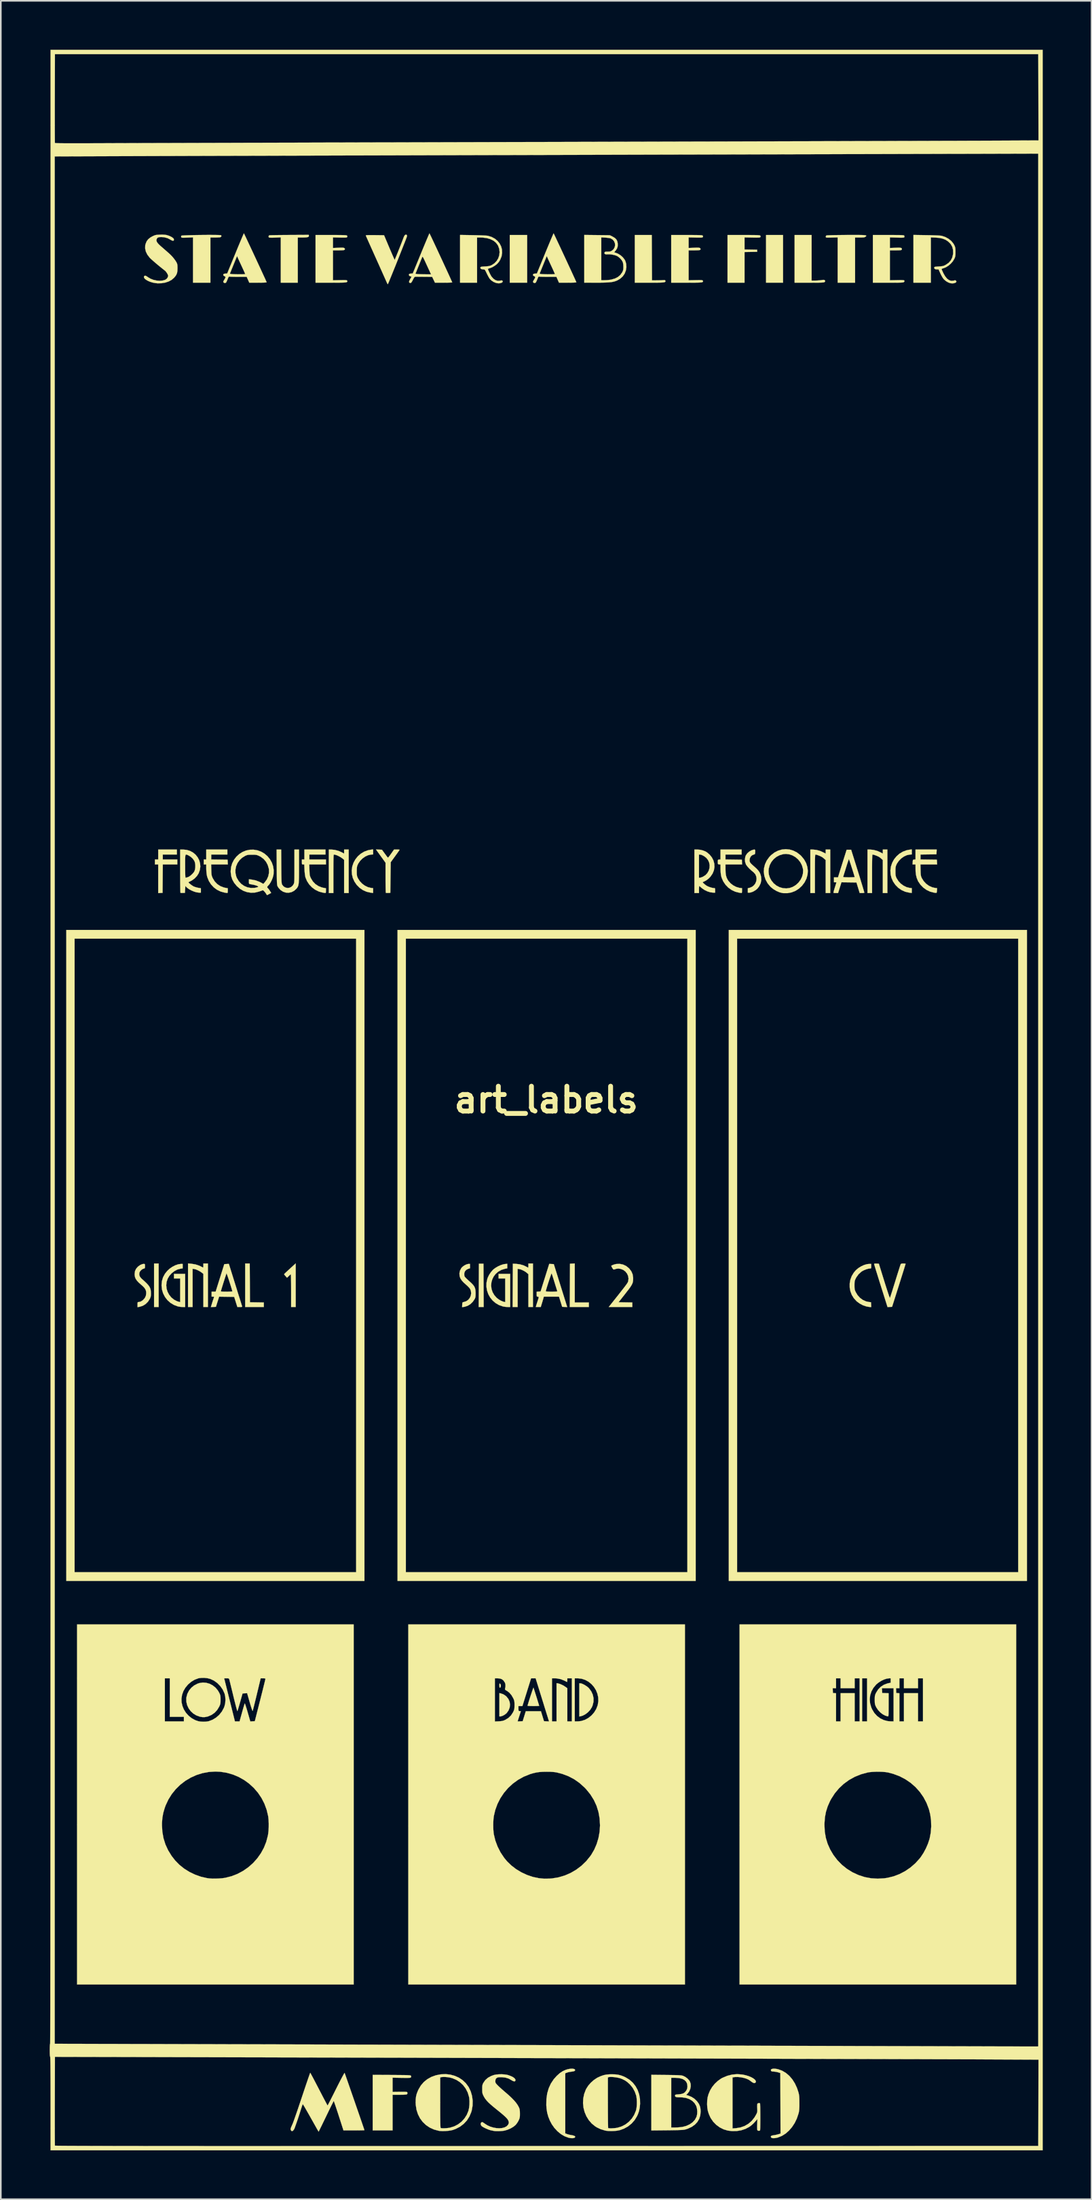
<source format=kicad_pcb>
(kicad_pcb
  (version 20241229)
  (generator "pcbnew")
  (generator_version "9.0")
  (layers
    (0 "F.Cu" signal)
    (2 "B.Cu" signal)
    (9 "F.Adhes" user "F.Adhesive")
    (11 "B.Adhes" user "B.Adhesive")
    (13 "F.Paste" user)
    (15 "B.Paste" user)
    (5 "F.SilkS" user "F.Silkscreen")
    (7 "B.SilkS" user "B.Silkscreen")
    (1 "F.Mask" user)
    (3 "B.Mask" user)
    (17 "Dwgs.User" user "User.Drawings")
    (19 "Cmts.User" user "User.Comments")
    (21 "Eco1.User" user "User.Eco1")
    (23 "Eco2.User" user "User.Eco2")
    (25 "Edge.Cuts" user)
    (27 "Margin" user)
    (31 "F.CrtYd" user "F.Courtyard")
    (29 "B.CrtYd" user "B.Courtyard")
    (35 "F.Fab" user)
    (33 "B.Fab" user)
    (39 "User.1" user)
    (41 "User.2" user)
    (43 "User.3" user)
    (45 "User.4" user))
  (footprint "art_labels"
    (layer "F.Cu")
    (at 30.49 64.433)
    (property "Reference" "art_labels" (at 0 0 0) (layer "F.SilkS") (effects (font (size 1.524 1.524) (thickness 0.3))))
    (attr through_hole)
    (fp_poly (pts (xy -23.798 12.713) (xy -24.078 12.713) (xy -24.078 10.043) (xy -23.798 10.043) (xy -23.798 12.713)) (stroke (width 0.01) (type solid)) (fill yes) (layer "F.SilkS"))
    (fp_poly (pts (xy -1.17 -50.139) (xy -2.237 -50.139) (xy -2.237 -53.063) (xy -1.17 -53.063) (xy -1.17 -50.139)) (stroke (width 0.01) (type solid)) (fill yes) (layer "F.SilkS"))
    (fp_poly (pts (xy 14.543 -50.139) (xy 13.501 -50.139) (xy 13.501 -53.063) (xy 14.543 -53.063) (xy 14.543 -50.139)) (stroke (width 0.01) (type solid)) (fill yes) (layer "F.SilkS"))
    (fp_poly (pts (xy -3.845 11.384) (xy -3.839 12.713) (xy -4.145 12.713) (xy -4.138 11.384) (xy -4.132 10.056) (xy -3.852 10.056) (xy -3.845 11.384)) (stroke (width 0.01) (type solid)) (fill yes) (layer "F.SilkS"))
    (fp_poly (pts (xy 1.754 12.433) (xy 2.619 12.433) (xy 2.619 12.713) (xy 1.449 12.713) (xy 1.455 11.384) (xy 1.462 10.056) (xy 1.754 10.041) (xy 1.754 12.433)) (stroke (width 0.01) (type solid)) (fill yes) (layer "F.SilkS"))
    (fp_poly (pts (xy -18.198 11.232) (xy -18.192 12.42) (xy -17.766 12.427) (xy -17.34 12.434) (xy -17.34 12.713) (xy -18.484 12.713) (xy -18.484 10.043) (xy -18.205 10.043) (xy -18.198 11.232)) (stroke (width 0.01) (type solid)) (fill yes) (layer "F.SilkS"))
    (fp_poly (pts (xy -11.162 29.519) (xy -29.468 29.519) (xy -29.468 -9.89) (xy -28.96 -9.89) (xy -28.96 28.985) (xy -11.67 28.985) (xy -11.67 -9.89) (xy -28.96 -9.89) (xy -29.468 -9.89) (xy -29.468 -10.424) (xy -11.162 -10.424) (xy -11.162 29.519)) (stroke (width 0.01) (type solid)) (fill yes) (layer "F.SilkS"))
    (fp_poly (pts (xy 9.179 29.519) (xy -9.128 29.519) (xy -9.128 -9.89) (xy -8.619 -9.89) (xy -8.619 28.985) (xy 8.67 28.985) (xy 8.67 -9.89) (xy -8.619 -9.89) (xy -9.128 -9.89) (xy -9.128 -10.424) (xy 9.179 -10.424) (xy 9.179 29.519)) (stroke (width 0.01) (type solid)) (fill yes) (layer "F.SilkS"))
    (fp_poly (pts (xy 29.519 29.519) (xy 11.213 29.519) (xy 11.213 -9.89) (xy 11.721 -9.89) (xy 11.721 28.985) (xy 28.985 28.985) (xy 28.985 -9.89) (xy 11.721 -9.89) (xy 11.213 -9.89) (xy 11.213 -10.424) (xy 29.519 -10.424) (xy 29.519 29.519)) (stroke (width 0.01) (type solid)) (fill yes) (layer "F.SilkS"))
    (fp_poly (pts (xy -2.836 35.824) (xy -2.788 35.893) (xy -2.786 35.981) (xy -2.796 36.012) (xy -2.824 36.067) (xy -2.849 36.074) (xy -2.866 36.035) (xy -2.873 35.952) (xy -2.873 35.936) (xy -2.871 35.856) (xy -2.864 35.819) (xy -2.849 35.815) (xy -2.836 35.824)) (stroke (width 0.01) (type solid)) (fill yes) (layer "F.SilkS"))
    (fp_poly (pts (xy -22.679 -15.052) (xy -23.544 -15.052) (xy -23.544 -14.747) (xy -22.654 -14.747) (xy -22.654 -14.442) (xy -23.543 -14.442) (xy -23.557 -12.7) (xy -23.69 -12.692) (xy -23.824 -12.685) (xy -23.824 -14.442) (xy -24.027 -14.442) (xy -24.027 -14.747) (xy -23.824 -14.747) (xy -23.824 -15.357) (xy -22.679 -15.357) (xy -22.679 -15.052)) (stroke (width 0.01) (type solid)) (fill yes) (layer "F.SilkS"))
    (fp_poly (pts (xy -2.795 36.419) (xy -2.631 36.476) (xy -2.478 36.578) (xy -2.433 36.621) (xy -2.318 36.769) (xy -2.248 36.934) (xy -2.223 37.108) (xy -2.243 37.285) (xy -2.308 37.457) (xy -2.418 37.616) (xy -2.496 37.687) (xy -2.596 37.753) (xy -2.7 37.804) (xy -2.791 37.831) (xy -2.816 37.833) (xy -2.873 37.833) (xy -2.873 36.403) (xy -2.795 36.419)) (stroke (width 0.01) (type solid)) (fill yes) (layer "F.SilkS"))
    (fp_poly (pts (xy 2.172 35.815) (xy 2.274 35.858) (xy 2.387 35.919) (xy 2.497 35.992) (xy 2.592 36.069) (xy 2.629 36.107) (xy 2.769 36.297) (xy 2.862 36.502) (xy 2.907 36.716) (xy 2.904 36.935) (xy 2.851 37.155) (xy 2.802 37.271) (xy 2.702 37.429) (xy 2.569 37.573) (xy 2.414 37.694) (xy 2.25 37.782) (xy 2.117 37.823) (xy 2.034 37.839) (xy 2.034 35.799) (xy 2.094 35.799) (xy 2.172 35.815)) (stroke (width 0.01) (type solid)) (fill yes) (layer "F.SilkS"))
    (fp_poly (pts (xy -21.809 10.055) (xy -21.537 10.099) (xy -21.3 10.178) (xy -21.219 10.217) (xy -21.145 10.255) (xy -21.091 10.283) (xy -21.071 10.293) (xy -21.061 10.275) (xy -21.054 10.22) (xy -21.052 10.172) (xy -21.052 10.043) (xy -20.773 10.043) (xy -20.773 12.713) (xy -21.052 12.713) (xy -21.052 10.682) (xy -21.143 10.607) (xy -21.247 10.535) (xy -21.37 10.467) (xy -21.494 10.413) (xy -21.602 10.382) (xy -21.616 10.38) (xy -21.713 10.367) (xy -21.713 12.713) (xy -21.993 12.713) (xy -21.993 10.038) (xy -21.809 10.055)) (stroke (width 0.01) (type solid)) (fill yes) (layer "F.SilkS"))
    (fp_poly (pts (xy 6.49 -51.671) (xy 6.496 -50.279) (xy 6.75 -50.281) (xy 6.88 -50.283) (xy 7.011 -50.286) (xy 7.121 -50.291) (xy 7.156 -50.293) (xy 7.242 -50.298) (xy 7.289 -50.293) (xy 7.311 -50.276) (xy 7.318 -50.255) (xy 7.322 -50.226) (xy 7.317 -50.202) (xy 7.298 -50.183) (xy 7.262 -50.168) (xy 7.203 -50.157) (xy 7.118 -50.149) (xy 7.001 -50.144) (xy 6.848 -50.141) (xy 6.654 -50.139) (xy 6.416 -50.139) (xy 6.339 -50.139) (xy 5.441 -50.139) (xy 5.441 -53.063) (xy 6.483 -53.063) (xy 6.49 -51.671)) (stroke (width 0.01) (type solid)) (fill yes) (layer "F.SilkS"))
    (fp_poly (pts (xy 16.298 -50.266) (xy 16.517 -50.266) (xy 16.644 -50.27) (xy 16.776 -50.28) (xy 16.886 -50.294) (xy 16.897 -50.296) (xy 16.992 -50.31) (xy 17.052 -50.311) (xy 17.089 -50.298) (xy 17.097 -50.293) (xy 17.133 -50.251) (xy 17.123 -50.21) (xy 17.097 -50.179) (xy 17.081 -50.168) (xy 17.053 -50.16) (xy 17.009 -50.153) (xy 16.944 -50.148) (xy 16.851 -50.144) (xy 16.727 -50.141) (xy 16.567 -50.14) (xy 16.365 -50.139) (xy 16.156 -50.139) (xy 15.255 -50.139) (xy 15.255 -53.063) (xy 16.298 -53.063) (xy 16.298 -50.266)) (stroke (width 0.01) (type solid)) (fill yes) (layer "F.SilkS"))
    (fp_poly (pts (xy -0.814 12.713) (xy -1.093 12.713) (xy -1.093 10.701) (xy -1.174 10.628) (xy -1.273 10.552) (xy -1.395 10.481) (xy -1.521 10.422) (xy -1.632 10.387) (xy -1.648 10.384) (xy -1.754 10.367) (xy -1.754 12.713) (xy -2.06 12.713) (xy -2.053 11.384) (xy -2.047 10.056) (xy -1.869 10.063) (xy -1.623 10.092) (xy -1.4 10.154) (xy -1.253 10.222) (xy -1.18 10.262) (xy -1.126 10.289) (xy -1.106 10.297) (xy -1.099 10.274) (xy -1.094 10.216) (xy -1.093 10.17) (xy -1.093 10.043) (xy -0.814 10.043) (xy -0.814 12.713)) (stroke (width 0.01) (type solid)) (fill yes) (layer "F.SilkS"))
    (fp_poly (pts (xy -15.382 12.713) (xy -15.662 12.713) (xy -15.662 11.708) (xy -15.663 11.488) (xy -15.664 11.284) (xy -15.666 11.103) (xy -15.668 10.949) (xy -15.671 10.828) (xy -15.675 10.745) (xy -15.679 10.706) (xy -15.68 10.704) (xy -15.707 10.721) (xy -15.757 10.763) (xy -15.807 10.811) (xy -15.915 10.917) (xy -16.004 10.817) (xy -16.054 10.758) (xy -16.086 10.715) (xy -16.093 10.702) (xy -16.084 10.688) (xy -16.056 10.658) (xy -16.004 10.607) (xy -15.926 10.534) (xy -15.819 10.435) (xy -15.68 10.308) (xy -15.506 10.149) (xy -15.491 10.135) (xy -15.382 10.037) (xy -15.382 12.713)) (stroke (width 0.01) (type solid)) (fill yes) (layer "F.SilkS"))
    (fp_poly (pts (xy -14.573 -53.016) (xy -14.579 -52.976) (xy -14.613 -52.946) (xy -14.682 -52.926) (xy -14.789 -52.915) (xy -14.94 -52.91) (xy -14.977 -52.91) (xy -15.255 -52.91) (xy -15.255 -50.139) (xy -16.298 -50.139) (xy -16.298 -52.918) (xy -16.653 -52.904) (xy -16.804 -52.899) (xy -16.912 -52.899) (xy -16.982 -52.903) (xy -17.022 -52.913) (xy -17.034 -52.922) (xy -17.049 -52.974) (xy -17.028 -53.025) (xy -16.998 -53.046) (xy -16.966 -53.049) (xy -16.889 -53.052) (xy -16.772 -53.055) (xy -16.618 -53.057) (xy -16.435 -53.06) (xy -16.227 -53.062) (xy -15.999 -53.064) (xy -15.773 -53.065) (xy -14.581 -53.072) (xy -14.573 -53.016)) (stroke (width 0.01) (type solid)) (fill yes) (layer "F.SilkS"))
    (fp_poly (pts (xy -12.128 -12.687) (xy -12.408 -12.687) (xy -12.408 -14.725) (xy -12.488 -14.793) (xy -12.592 -14.869) (xy -12.712 -14.939) (xy -12.836 -14.998) (xy -12.949 -15.037) (xy -13.035 -15.052) (xy -13.043 -15.044) (xy -13.049 -15.019) (xy -13.055 -14.972) (xy -13.059 -14.899) (xy -13.063 -14.796) (xy -13.065 -14.661) (xy -13.067 -14.488) (xy -13.068 -14.273) (xy -13.069 -14.014) (xy -13.069 -13.87) (xy -13.069 -12.687) (xy -13.348 -12.687) (xy -13.348 -15.357) (xy -13.202 -15.357) (xy -12.982 -15.335) (xy -12.758 -15.276) (xy -12.568 -15.194) (xy -12.408 -15.109) (xy -12.408 -15.357) (xy -12.128 -15.357) (xy -12.128 -12.687)) (stroke (width 0.01) (type solid)) (fill yes) (layer "F.SilkS"))
    (fp_poly (pts (xy 12.378 -53.063) (xy 12.585 -53.062) (xy 12.751 -53.061) (xy 12.88 -53.058) (xy 12.977 -53.055) (xy 13.047 -53.05) (xy 13.095 -53.044) (xy 13.125 -53.037) (xy 13.142 -53.027) (xy 13.147 -53.023) (xy 13.166 -52.974) (xy 13.153 -52.94) (xy 13.139 -52.925) (xy 13.113 -52.914) (xy 13.069 -52.908) (xy 12.999 -52.904) (xy 12.896 -52.903) (xy 12.753 -52.905) (xy 12.653 -52.907) (xy 12.179 -52.916) (xy 12.179 -52.174) (xy 12.567 -52.167) (xy 12.954 -52.16) (xy 12.954 -52.033) (xy 12.179 -52.019) (xy 12.179 -50.139) (xy 11.136 -50.139) (xy 11.136 -53.063) (xy 12.125 -53.063) (xy 12.378 -53.063)) (stroke (width 0.01) (type solid)) (fill yes) (layer "F.SilkS"))
    (fp_poly (pts (xy 16.602 -15.333) (xy 16.844 -15.262) (xy 16.973 -15.203) (xy 17.162 -15.109) (xy 17.162 -15.357) (xy 17.442 -15.357) (xy 17.442 -12.687) (xy 17.162 -12.687) (xy 17.162 -14.712) (xy 17.092 -14.776) (xy 17.02 -14.837) (xy 16.946 -14.892) (xy 16.881 -14.928) (xy 16.792 -14.969) (xy 16.696 -15.007) (xy 16.608 -15.037) (xy 16.547 -15.051) (xy 16.538 -15.052) (xy 16.529 -15.046) (xy 16.522 -15.027) (xy 16.516 -14.99) (xy 16.511 -14.931) (xy 16.508 -14.847) (xy 16.505 -14.732) (xy 16.503 -14.583) (xy 16.502 -14.395) (xy 16.501 -14.166) (xy 16.501 -13.889) (xy 16.501 -12.687) (xy 16.221 -12.687) (xy 16.221 -15.357) (xy 16.357 -15.357) (xy 16.602 -15.333)) (stroke (width 0.01) (type solid)) (fill yes) (layer "F.SilkS"))
    (fp_poly (pts (xy 20.951 -12.687) (xy 20.671 -12.687) (xy 20.671 -14.711) (xy 20.588 -14.788) (xy 20.518 -14.848) (xy 20.447 -14.901) (xy 20.433 -14.91) (xy 20.369 -14.942) (xy 20.282 -14.979) (xy 20.188 -15.014) (xy 20.104 -15.04) (xy 20.048 -15.052) (xy 20.044 -15.052) (xy 20.036 -15.044) (xy 20.029 -15.019) (xy 20.023 -14.972) (xy 20.019 -14.899) (xy 20.016 -14.796) (xy 20.013 -14.661) (xy 20.011 -14.488) (xy 20.01 -14.273) (xy 20.01 -14.014) (xy 20.01 -13.87) (xy 20.01 -12.687) (xy 19.73 -12.687) (xy 19.73 -15.357) (xy 19.876 -15.357) (xy 20.096 -15.335) (xy 20.321 -15.276) (xy 20.51 -15.194) (xy 20.671 -15.109) (xy 20.671 -15.357) (xy 20.951 -15.357) (xy 20.951 -12.687)) (stroke (width 0.01) (type solid)) (fill yes) (layer "F.SilkS"))
    (fp_poly (pts (xy -0.771 36.098) (xy -0.748 36.167) (xy -0.715 36.268) (xy -0.676 36.391) (xy -0.632 36.528) (xy -0.587 36.672) (xy -0.544 36.812) (xy -0.504 36.942) (xy -0.47 37.051) (xy -0.446 37.133) (xy -0.433 37.178) (xy -0.432 37.183) (xy -0.456 37.188) (xy -0.522 37.193) (xy -0.62 37.196) (xy -0.742 37.197) (xy -0.788 37.197) (xy -0.916 37.196) (xy -1.023 37.193) (xy -1.101 37.187) (xy -1.141 37.181) (xy -1.144 37.178) (xy -1.136 37.142) (xy -1.115 37.069) (xy -1.084 36.966) (xy -1.046 36.843) (xy -1.002 36.707) (xy -0.957 36.566) (xy -0.911 36.429) (xy -0.869 36.303) (xy -0.832 36.196) (xy -0.804 36.118) (xy -0.786 36.075) (xy -0.782 36.069) (xy -0.771 36.098)) (stroke (width 0.01) (type solid)) (fill yes) (layer "F.SilkS"))
    (fp_poly (pts (xy -20.424 -53.067) (xy -20.262 -53.065) (xy -20.129 -53.062) (xy -20.031 -53.058) (xy -19.975 -53.052) (xy -19.964 -53.048) (xy -19.943 -53.005) (xy -19.962 -52.959) (xy -20.014 -52.927) (xy -20.018 -52.926) (xy -20.066 -52.92) (xy -20.151 -52.915) (xy -20.26 -52.911) (xy -20.347 -52.911) (xy -20.62 -52.91) (xy -20.62 -50.139) (xy -21.688 -50.139) (xy -21.688 -52.918) (xy -22.043 -52.904) (xy -22.184 -52.899) (xy -22.282 -52.897) (xy -22.346 -52.899) (xy -22.383 -52.905) (xy -22.403 -52.918) (xy -22.413 -52.937) (xy -22.414 -52.941) (xy -22.415 -52.995) (xy -22.401 -53.021) (xy -22.369 -53.028) (xy -22.293 -53.035) (xy -22.178 -53.041) (xy -22.031 -53.047) (xy -21.857 -53.052) (xy -21.663 -53.057) (xy -21.456 -53.061) (xy -21.24 -53.064) (xy -21.023 -53.066) (xy -20.811 -53.068) (xy -20.609 -53.068) (xy -20.424 -53.067)) (stroke (width 0.01) (type solid)) (fill yes) (layer "F.SilkS"))
    (fp_poly (pts (xy 19.165 -53.066) (xy 19.326 -53.064) (xy 19.45 -53.06) (xy 19.541 -53.054) (xy 19.603 -53.045) (xy 19.639 -53.034) (xy 19.654 -53.02) (xy 19.65 -53.002) (xy 19.632 -52.981) (xy 19.607 -52.959) (xy 19.573 -52.938) (xy 19.529 -52.923) (xy 19.465 -52.915) (xy 19.369 -52.911) (xy 19.257 -52.91) (xy 18.967 -52.91) (xy 18.967 -50.139) (xy 17.899 -50.139) (xy 17.899 -52.917) (xy 17.537 -52.907) (xy 17.395 -52.904) (xy 17.296 -52.903) (xy 17.231 -52.905) (xy 17.194 -52.912) (xy 17.176 -52.924) (xy 17.169 -52.943) (xy 17.167 -52.953) (xy 17.181 -53.011) (xy 17.207 -53.034) (xy 17.244 -53.04) (xy 17.328 -53.046) (xy 17.458 -53.051) (xy 17.629 -53.056) (xy 17.839 -53.059) (xy 18.085 -53.062) (xy 18.363 -53.065) (xy 18.43 -53.065) (xy 18.721 -53.066) (xy 18.965 -53.066) (xy 19.165 -53.066)) (stroke (width 0.01) (type solid)) (fill yes) (layer "F.SilkS"))
    (fp_poly (pts (xy -20.875 35.77) (xy -20.671 35.829) (xy -20.48 35.928) (xy -20.309 36.064) (xy -20.166 36.233) (xy -20.081 36.377) (xy -20.042 36.461) (xy -20.017 36.53) (xy -20.004 36.601) (xy -19.998 36.69) (xy -19.997 36.803) (xy -19.998 36.925) (xy -20.005 37.014) (xy -20.019 37.085) (xy -20.045 37.157) (xy -20.078 37.229) (xy -20.203 37.436) (xy -20.362 37.608) (xy -20.552 37.741) (xy -20.768 37.833) (xy -20.812 37.845) (xy -20.964 37.875) (xy -21.101 37.877) (xy -21.251 37.852) (xy -21.268 37.848) (xy -21.482 37.771) (xy -21.671 37.656) (xy -21.831 37.508) (xy -21.958 37.334) (xy -22.048 37.14) (xy -22.097 36.931) (xy -22.1 36.715) (xy -22.092 36.657) (xy -22.034 36.441) (xy -21.931 36.244) (xy -21.79 36.072) (xy -21.616 35.93) (xy -21.414 35.825) (xy -21.295 35.786) (xy -21.085 35.754) (xy -20.875 35.77)) (stroke (width 0.01) (type solid)) (fill yes) (layer "F.SilkS"))
    (fp_poly (pts (xy -10.268 -15.352) (xy -10.085 -15.344) (xy -9.909 -15.103) (xy -9.839 -15.008) (xy -9.78 -14.929) (xy -9.736 -14.876) (xy -9.717 -14.856) (xy -9.697 -14.874) (xy -9.654 -14.925) (xy -9.594 -15.003) (xy -9.525 -15.099) (xy -9.522 -15.103) (xy -9.344 -15.356) (xy -9.172 -15.356) (xy -9.086 -15.355) (xy -9.025 -15.35) (xy -9.001 -15.344) (xy -9.001 -15.344) (xy -9.015 -15.32) (xy -9.055 -15.262) (xy -9.115 -15.176) (xy -9.191 -15.07) (xy -9.274 -14.956) (xy -9.547 -14.581) (xy -9.56 -13.641) (xy -9.573 -12.7) (xy -9.701 -12.693) (xy -9.778 -12.692) (xy -9.833 -12.697) (xy -9.847 -12.703) (xy -9.851 -12.732) (xy -9.855 -12.806) (xy -9.858 -12.919) (xy -9.861 -13.065) (xy -9.863 -13.239) (xy -9.865 -13.434) (xy -9.865 -13.635) (xy -9.865 -14.548) (xy -10.158 -14.954) (xy -10.452 -15.359) (xy -10.268 -15.352)) (stroke (width 0.01) (type solid)) (fill yes) (layer "F.SilkS"))
    (fp_poly (pts (xy -9.493 59.832) (xy -9.219 59.834) (xy -8.991 59.836) (xy -8.805 59.838) (xy -8.657 59.84) (xy -8.542 59.843) (xy -8.456 59.847) (xy -8.394 59.852) (xy -8.353 59.858) (xy -8.326 59.866) (xy -8.311 59.875) (xy -8.304 59.883) (xy -8.29 59.938) (xy -8.304 59.972) (xy -8.317 59.987) (xy -8.34 59.998) (xy -8.378 60.005) (xy -8.439 60.009) (xy -8.529 60.011) (xy -8.654 60.011) (xy -8.822 60.009) (xy -8.883 60.008) (xy -9.433 59.998) (xy -9.433 60.872) (xy -9.005 60.866) (xy -8.861 60.865) (xy -8.734 60.866) (xy -8.633 60.87) (xy -8.568 60.874) (xy -8.547 60.879) (xy -8.521 60.921) (xy -8.525 60.978) (xy -8.548 61.016) (xy -8.582 61.029) (xy -8.656 61.038) (xy -8.773 61.044) (xy -8.936 61.046) (xy -9.006 61.046) (xy -9.433 61.046) (xy -9.433 63.233) (xy -10.653 63.233) (xy -10.653 59.826) (xy -9.493 59.832)) (stroke (width 0.01) (type solid)) (fill yes) (layer "F.SilkS"))
    (fp_poly (pts (xy -22.324 10.343) (xy -22.453 10.361) (xy -22.642 10.411) (xy -22.826 10.505) (xy -22.994 10.635) (xy -23.136 10.793) (xy -23.241 10.968) (xy -23.309 11.17) (xy -23.332 11.378) (xy -23.311 11.584) (xy -23.25 11.781) (xy -23.152 11.964) (xy -23.021 12.125) (xy -22.86 12.258) (xy -22.672 12.356) (xy -22.546 12.396) (xy -22.476 12.413) (xy -22.476 10.958) (xy -22.857 10.958) (xy -22.857 10.679) (xy -22.171 10.679) (xy -22.171 12.713) (xy -22.33 12.711) (xy -22.443 12.704) (xy -22.561 12.687) (xy -22.622 12.674) (xy -22.861 12.584) (xy -23.076 12.454) (xy -23.26 12.289) (xy -23.411 12.093) (xy -23.524 11.874) (xy -23.595 11.635) (xy -23.62 11.382) (xy -23.62 11.378) (xy -23.598 11.126) (xy -23.529 10.893) (xy -23.413 10.677) (xy -23.277 10.504) (xy -23.127 10.364) (xy -22.956 10.245) (xy -22.774 10.152) (xy -22.594 10.091) (xy -22.428 10.068) (xy -22.423 10.068) (xy -22.324 10.068) (xy -22.324 10.343)) (stroke (width 0.01) (type solid)) (fill yes) (layer "F.SilkS"))
    (fp_poly (pts (xy -19.578 -15.052) (xy -20.569 -15.052) (xy -20.569 -14.748) (xy -20.067 -14.741) (xy -19.565 -14.734) (xy -19.557 -14.588) (xy -19.55 -14.442) (xy -20.574 -14.442) (xy -20.565 -14.105) (xy -20.561 -13.965) (xy -20.555 -13.863) (xy -20.545 -13.786) (xy -20.528 -13.722) (xy -20.503 -13.658) (xy -20.475 -13.596) (xy -20.355 -13.4) (xy -20.2 -13.238) (xy -20.014 -13.114) (xy -19.802 -13.031) (xy -19.722 -13.013) (xy -19.552 -12.981) (xy -19.552 -12.834) (xy -19.556 -12.742) (xy -19.57 -12.697) (xy -19.584 -12.69) (xy -19.626 -12.696) (xy -19.698 -12.707) (xy -19.748 -12.715) (xy -19.992 -12.781) (xy -20.216 -12.89) (xy -20.414 -13.038) (xy -20.583 -13.22) (xy -20.717 -13.432) (xy -20.811 -13.667) (xy -20.836 -13.768) (xy -20.853 -13.877) (xy -20.866 -14.014) (xy -20.873 -14.152) (xy -20.874 -14.194) (xy -20.874 -14.442) (xy -21.027 -14.442) (xy -21.027 -14.747) (xy -20.874 -14.747) (xy -20.874 -15.357) (xy -19.578 -15.357) (xy -19.578 -15.052)) (stroke (width 0.01) (type solid)) (fill yes) (layer "F.SilkS"))
    (fp_poly (pts (xy -2.39 10.338) (xy -2.537 10.368) (xy -2.754 10.436) (xy -2.942 10.541) (xy -3.098 10.676) (xy -3.222 10.835) (xy -3.311 11.014) (xy -3.365 11.206) (xy -3.381 11.404) (xy -3.357 11.604) (xy -3.293 11.8) (xy -3.186 11.985) (xy -3.039 12.15) (xy -2.917 12.245) (xy -2.779 12.326) (xy -2.644 12.382) (xy -2.6 12.394) (xy -2.517 12.412) (xy -2.517 10.958) (xy -2.924 10.958) (xy -2.924 10.679) (xy -2.212 10.679) (xy -2.212 12.713) (xy -2.371 12.711) (xy -2.483 12.704) (xy -2.598 12.689) (xy -2.657 12.677) (xy -2.895 12.594) (xy -3.107 12.471) (xy -3.289 12.314) (xy -3.44 12.13) (xy -3.556 11.922) (xy -3.634 11.698) (xy -3.671 11.461) (xy -3.665 11.219) (xy -3.612 10.977) (xy -3.589 10.912) (xy -3.512 10.751) (xy -3.406 10.59) (xy -3.286 10.448) (xy -3.233 10.398) (xy -3.1 10.3) (xy -2.945 10.211) (xy -2.782 10.139) (xy -2.629 10.091) (xy -2.549 10.077) (xy -2.39 10.061) (xy -2.39 10.338)) (stroke (width 0.01) (type solid)) (fill yes) (layer "F.SilkS"))
    (fp_poly (pts (xy -13.552 -15.052) (xy -14.543 -15.052) (xy -14.543 -14.747) (xy -13.526 -14.747) (xy -13.526 -14.442) (xy -14.549 -14.442) (xy -14.539 -14.105) (xy -14.534 -13.964) (xy -14.528 -13.862) (xy -14.517 -13.784) (xy -14.5 -13.719) (xy -14.475 -13.654) (xy -14.448 -13.596) (xy -14.33 -13.402) (xy -14.175 -13.24) (xy -13.99 -13.116) (xy -13.78 -13.032) (xy -13.696 -13.013) (xy -13.526 -12.981) (xy -13.526 -12.834) (xy -13.531 -12.742) (xy -13.544 -12.697) (xy -13.558 -12.69) (xy -13.6 -12.696) (xy -13.673 -12.707) (xy -13.721 -12.715) (xy -13.959 -12.78) (xy -14.182 -12.889) (xy -14.382 -13.036) (xy -14.553 -13.216) (xy -14.689 -13.423) (xy -14.783 -13.651) (xy -14.784 -13.653) (xy -14.802 -13.737) (xy -14.819 -13.855) (xy -14.833 -13.993) (xy -14.841 -14.117) (xy -14.856 -14.442) (xy -14.929 -14.442) (xy -14.969 -14.444) (xy -14.99 -14.459) (xy -14.999 -14.498) (xy -15.001 -14.574) (xy -15.001 -14.594) (xy -15.001 -14.747) (xy -14.848 -14.747) (xy -14.848 -15.357) (xy -13.552 -15.357) (xy -13.552 -15.052)) (stroke (width 0.01) (type solid)) (fill yes) (layer "F.SilkS"))
    (fp_poly (pts (xy 1.665 59.453) (xy 1.737 59.475) (xy 1.773 59.511) (xy 1.767 59.559) (xy 1.764 59.564) (xy 1.73 59.593) (xy 1.664 59.613) (xy 1.563 59.627) (xy 1.453 59.643) (xy 1.346 59.666) (xy 1.279 59.687) (xy 1.17 59.729) (xy 1.17 63.414) (xy 1.262 63.452) (xy 1.34 63.478) (xy 1.442 63.503) (xy 1.51 63.516) (xy 1.641 63.541) (xy 1.725 63.568) (xy 1.77 63.598) (xy 1.78 63.626) (xy 1.757 63.673) (xy 1.694 63.702) (xy 1.598 63.713) (xy 1.477 63.703) (xy 1.354 63.677) (xy 1.125 63.59) (xy 0.903 63.459) (xy 0.694 63.288) (xy 0.505 63.084) (xy 0.342 62.853) (xy 0.226 62.634) (xy 0.128 62.388) (xy 0.061 62.149) (xy 0.022 61.895) (xy 0.007 61.682) (xy 0.014 61.31) (xy 0.062 60.966) (xy 0.154 60.649) (xy 0.288 60.358) (xy 0.466 60.091) (xy 0.646 59.889) (xy 0.831 59.723) (xy 1.014 59.601) (xy 1.205 59.516) (xy 1.31 59.484) (xy 1.445 59.456) (xy 1.566 59.447) (xy 1.665 59.453)) (stroke (width 0.01) (type solid)) (fill yes) (layer "F.SilkS"))
    (fp_poly (pts (xy -10.628 -15.058) (xy -10.766 -15.047) (xy -10.939 -15.009) (xy -11.113 -14.928) (xy -11.276 -14.813) (xy -11.42 -14.67) (xy -11.534 -14.506) (xy -11.564 -14.448) (xy -11.595 -14.377) (xy -11.615 -14.312) (xy -11.626 -14.239) (xy -11.631 -14.144) (xy -11.632 -14.022) (xy -11.631 -13.894) (xy -11.626 -13.803) (xy -11.615 -13.733) (xy -11.595 -13.671) (xy -11.563 -13.602) (xy -11.56 -13.595) (xy -11.449 -13.419) (xy -11.303 -13.264) (xy -11.133 -13.139) (xy -10.948 -13.049) (xy -10.764 -13.004) (xy -10.628 -12.987) (xy -10.628 -12.837) (xy -10.629 -12.758) (xy -10.631 -12.705) (xy -10.634 -12.691) (xy -10.661 -12.695) (xy -10.723 -12.704) (xy -10.793 -12.714) (xy -11.035 -12.77) (xy -11.26 -12.871) (xy -11.461 -13.011) (xy -11.634 -13.185) (xy -11.773 -13.388) (xy -11.875 -13.614) (xy -11.929 -13.838) (xy -11.942 -14.083) (xy -11.908 -14.321) (xy -11.831 -14.547) (xy -11.716 -14.756) (xy -11.567 -14.942) (xy -11.387 -15.1) (xy -11.181 -15.225) (xy -10.953 -15.311) (xy -10.763 -15.348) (xy -10.628 -15.364) (xy -10.628 -15.058)) (stroke (width 0.01) (type solid)) (fill yes) (layer "F.SilkS"))
    (fp_poly (pts (xy 22.451 -15.058) (xy 22.313 -15.047) (xy 22.139 -15.009) (xy 21.966 -14.928) (xy 21.802 -14.813) (xy 21.659 -14.67) (xy 21.545 -14.506) (xy 21.515 -14.448) (xy 21.484 -14.377) (xy 21.464 -14.312) (xy 21.452 -14.239) (xy 21.447 -14.144) (xy 21.446 -14.022) (xy 21.447 -13.894) (xy 21.452 -13.803) (xy 21.464 -13.733) (xy 21.484 -13.671) (xy 21.515 -13.602) (xy 21.519 -13.595) (xy 21.63 -13.419) (xy 21.775 -13.264) (xy 21.946 -13.139) (xy 22.131 -13.049) (xy 22.314 -13.004) (xy 22.451 -12.987) (xy 22.451 -12.837) (xy 22.45 -12.758) (xy 22.447 -12.705) (xy 22.444 -12.691) (xy 22.418 -12.695) (xy 22.355 -12.704) (xy 22.285 -12.714) (xy 22.043 -12.77) (xy 21.819 -12.871) (xy 21.618 -13.011) (xy 21.445 -13.185) (xy 21.305 -13.388) (xy 21.204 -13.614) (xy 21.149 -13.838) (xy 21.137 -14.083) (xy 21.171 -14.321) (xy 21.247 -14.547) (xy 21.362 -14.756) (xy 21.512 -14.942) (xy 21.691 -15.1) (xy 21.898 -15.225) (xy 22.126 -15.311) (xy 22.316 -15.348) (xy 22.451 -15.364) (xy 22.451 -15.058)) (stroke (width 0.01) (type solid)) (fill yes) (layer "F.SilkS"))
    (fp_poly (pts (xy 23.963 -15.065) (xy 23.474 -15.058) (xy 22.985 -15.051) (xy 22.985 -14.748) (xy 23.487 -14.741) (xy 23.989 -14.734) (xy 23.997 -14.588) (xy 24.004 -14.442) (xy 22.98 -14.442) (xy 22.989 -14.092) (xy 22.993 -13.948) (xy 22.999 -13.844) (xy 23.008 -13.766) (xy 23.023 -13.705) (xy 23.045 -13.647) (xy 23.068 -13.598) (xy 23.184 -13.414) (xy 23.332 -13.256) (xy 23.506 -13.13) (xy 23.695 -13.043) (xy 23.863 -13.004) (xy 24.004 -12.986) (xy 23.996 -12.845) (xy 23.988 -12.767) (xy 23.975 -12.714) (xy 23.963 -12.699) (xy 23.925 -12.7) (xy 23.856 -12.707) (xy 23.811 -12.713) (xy 23.579 -12.773) (xy 23.358 -12.878) (xy 23.156 -13.022) (xy 22.983 -13.198) (xy 22.845 -13.401) (xy 22.83 -13.431) (xy 22.755 -13.609) (xy 22.707 -13.803) (xy 22.683 -14.024) (xy 22.68 -14.168) (xy 22.679 -14.442) (xy 22.499 -14.442) (xy 22.507 -14.588) (xy 22.512 -14.67) (xy 22.523 -14.715) (xy 22.547 -14.734) (xy 22.591 -14.741) (xy 22.597 -14.742) (xy 22.679 -14.75) (xy 22.679 -15.357) (xy 23.979 -15.357) (xy 23.963 -15.065)) (stroke (width 0.01) (type solid)) (fill yes) (layer "F.SilkS"))
    (fp_poly (pts (xy 12.001 -15.052) (xy 11.009 -15.052) (xy 11.009 -14.748) (xy 11.511 -14.741) (xy 12.014 -14.734) (xy 12.021 -14.588) (xy 12.029 -14.442) (xy 11.009 -14.442) (xy 11.009 -14.141) (xy 11.016 -13.941) (xy 11.037 -13.779) (xy 11.077 -13.64) (xy 11.139 -13.513) (xy 11.186 -13.439) (xy 11.317 -13.289) (xy 11.48 -13.161) (xy 11.663 -13.065) (xy 11.853 -13.009) (xy 11.891 -13.003) (xy 12.026 -12.987) (xy 12.026 -12.837) (xy 12.022 -12.744) (xy 12.009 -12.698) (xy 11.994 -12.69) (xy 11.952 -12.696) (xy 11.88 -12.706) (xy 11.836 -12.713) (xy 11.6 -12.774) (xy 11.379 -12.879) (xy 11.18 -13.023) (xy 11.009 -13.199) (xy 10.872 -13.402) (xy 10.774 -13.626) (xy 10.741 -13.748) (xy 10.725 -13.853) (xy 10.712 -13.986) (xy 10.705 -14.124) (xy 10.705 -14.179) (xy 10.704 -14.438) (xy 10.621 -14.446) (xy 10.574 -14.453) (xy 10.55 -14.47) (xy 10.54 -14.512) (xy 10.539 -14.59) (xy 10.539 -14.594) (xy 10.54 -14.674) (xy 10.549 -14.717) (xy 10.573 -14.735) (xy 10.619 -14.742) (xy 10.621 -14.742) (xy 10.704 -14.75) (xy 10.704 -15.357) (xy 12.001 -15.357) (xy 12.001 -15.052)) (stroke (width 0.01) (type solid)) (fill yes) (layer "F.SilkS"))
    (fp_poly (pts (xy 19.959 10.208) (xy 19.958 10.288) (xy 19.949 10.33) (xy 19.927 10.346) (xy 19.885 10.348) (xy 19.779 10.362) (xy 19.65 10.399) (xy 19.518 10.452) (xy 19.399 10.515) (xy 19.352 10.547) (xy 19.18 10.704) (xy 19.046 10.889) (xy 18.996 10.984) (xy 18.964 11.058) (xy 18.945 11.127) (xy 18.934 11.207) (xy 18.93 11.315) (xy 18.93 11.378) (xy 18.931 11.5) (xy 18.937 11.588) (xy 18.951 11.659) (xy 18.977 11.731) (xy 19.011 11.804) (xy 19.125 11.993) (xy 19.272 12.153) (xy 19.444 12.279) (xy 19.634 12.365) (xy 19.794 12.401) (xy 19.946 12.42) (xy 19.961 12.713) (xy 19.878 12.711) (xy 19.806 12.703) (xy 19.71 12.687) (xy 19.645 12.672) (xy 19.451 12.606) (xy 19.257 12.503) (xy 19.081 12.375) (xy 19.062 12.358) (xy 18.892 12.174) (xy 18.765 11.967) (xy 18.68 11.744) (xy 18.637 11.51) (xy 18.636 11.273) (xy 18.678 11.038) (xy 18.762 10.813) (xy 18.889 10.602) (xy 19.019 10.451) (xy 19.169 10.324) (xy 19.341 10.217) (xy 19.521 10.134) (xy 19.698 10.083) (xy 19.833 10.068) (xy 19.959 10.068) (xy 19.959 10.208)) (stroke (width 0.01) (type solid)) (fill yes) (layer "F.SilkS"))
    (fp_poly (pts (xy 4.717 10.106) (xy 4.904 10.193) (xy 5.071 10.325) (xy 5.107 10.362) (xy 5.231 10.528) (xy 5.307 10.707) (xy 5.338 10.905) (xy 5.339 10.955) (xy 5.337 11.051) (xy 5.329 11.135) (xy 5.312 11.213) (xy 5.282 11.293) (xy 5.235 11.381) (xy 5.17 11.483) (xy 5.081 11.606) (xy 4.965 11.756) (xy 4.854 11.899) (xy 4.443 12.42) (xy 5.288 12.434) (xy 5.288 12.713) (xy 3.839 12.713) (xy 4.188 12.274) (xy 4.371 12.044) (xy 4.525 11.849) (xy 4.652 11.687) (xy 4.756 11.555) (xy 4.838 11.447) (xy 4.902 11.362) (xy 4.95 11.295) (xy 4.984 11.242) (xy 5.008 11.201) (xy 5.023 11.168) (xy 5.034 11.138) (xy 5.036 11.129) (xy 5.056 10.965) (xy 5.03 10.805) (xy 4.963 10.658) (xy 4.861 10.531) (xy 4.727 10.433) (xy 4.569 10.372) (xy 4.562 10.371) (xy 4.435 10.354) (xy 4.311 10.366) (xy 4.171 10.41) (xy 4.167 10.411) (xy 4.132 10.407) (xy 4.092 10.365) (xy 4.056 10.309) (xy 4.02 10.243) (xy 3.998 10.197) (xy 3.996 10.184) (xy 4.057 10.148) (xy 4.149 10.112) (xy 4.253 10.083) (xy 4.307 10.073) (xy 4.516 10.065) (xy 4.717 10.106)) (stroke (width 0.01) (type solid)) (fill yes) (layer "F.SilkS"))
    (fp_poly (pts (xy 14.125 59.457) (xy 14.246 59.483) (xy 14.49 59.572) (xy 14.718 59.707) (xy 14.926 59.884) (xy 15.112 60.1) (xy 15.271 60.351) (xy 15.402 60.633) (xy 15.488 60.894) (xy 15.51 60.982) (xy 15.526 61.065) (xy 15.537 61.154) (xy 15.543 61.26) (xy 15.546 61.396) (xy 15.547 61.555) (xy 15.547 61.727) (xy 15.543 61.859) (xy 15.537 61.964) (xy 15.526 62.051) (xy 15.51 62.134) (xy 15.489 62.216) (xy 15.389 62.511) (xy 15.256 62.785) (xy 15.093 63.032) (xy 14.906 63.249) (xy 14.699 63.43) (xy 14.474 63.571) (xy 14.237 63.666) (xy 14.195 63.678) (xy 14.046 63.708) (xy 13.928 63.713) (xy 13.846 63.694) (xy 13.822 63.677) (xy 13.796 63.631) (xy 13.797 63.602) (xy 13.814 63.575) (xy 13.85 63.556) (xy 13.915 63.541) (xy 14.009 63.526) (xy 14.104 63.508) (xy 14.213 63.482) (xy 14.257 63.47) (xy 14.391 63.429) (xy 14.385 61.571) (xy 14.378 59.713) (xy 14.238 59.67) (xy 14.131 59.644) (xy 14.016 59.627) (xy 13.966 59.624) (xy 13.88 59.619) (xy 13.831 59.602) (xy 13.807 59.574) (xy 13.797 59.518) (xy 13.83 59.477) (xy 13.899 59.453) (xy 14 59.446) (xy 14.125 59.457)) (stroke (width 0.01) (type solid)) (fill yes) (layer "F.SilkS"))
    (fp_poly (pts (xy 22.007 10.046) (xy 22.057 10.054) (xy 22.069 10.062) (xy 22.062 10.089) (xy 22.04 10.16) (xy 22.006 10.271) (xy 21.961 10.417) (xy 21.906 10.593) (xy 21.842 10.795) (xy 21.772 11.018) (xy 21.696 11.259) (xy 21.655 11.391) (xy 21.24 12.7) (xy 21.1 12.707) (xy 20.96 12.715) (xy 20.549 11.41) (xy 20.471 11.163) (xy 20.398 10.929) (xy 20.331 10.714) (xy 20.271 10.523) (xy 20.221 10.36) (xy 20.181 10.229) (xy 20.153 10.135) (xy 20.139 10.082) (xy 20.137 10.073) (xy 20.154 10.054) (xy 20.208 10.047) (xy 20.282 10.048) (xy 20.427 10.056) (xy 20.757 11.118) (xy 20.826 11.339) (xy 20.891 11.543) (xy 20.951 11.727) (xy 21.003 11.884) (xy 21.046 12.011) (xy 21.079 12.101) (xy 21.099 12.152) (xy 21.105 12.16) (xy 21.116 12.132) (xy 21.141 12.061) (xy 21.177 11.952) (xy 21.223 11.809) (xy 21.277 11.639) (xy 21.337 11.446) (xy 21.403 11.236) (xy 21.434 11.136) (xy 21.501 10.919) (xy 21.565 10.715) (xy 21.623 10.531) (xy 21.674 10.372) (xy 21.715 10.242) (xy 21.746 10.149) (xy 21.764 10.096) (xy 21.768 10.088) (xy 21.796 10.06) (xy 21.852 10.046) (xy 21.93 10.043) (xy 22.007 10.046)) (stroke (width 0.01) (type solid)) (fill yes) (layer "F.SilkS"))
    (fp_poly (pts (xy 21.259 -53.063) (xy 21.459 -53.062) (xy 21.618 -53.061) (xy 21.741 -53.059) (xy 21.832 -53.056) (xy 21.897 -53.051) (xy 21.941 -53.045) (xy 21.968 -53.037) (xy 21.983 -53.028) (xy 21.99 -53.018) (xy 22 -52.957) (xy 21.992 -52.932) (xy 21.978 -52.918) (xy 21.95 -52.908) (xy 21.901 -52.902) (xy 21.825 -52.899) (xy 21.713 -52.9) (xy 21.558 -52.904) (xy 21.536 -52.905) (xy 21.103 -52.917) (xy 21.103 -52.267) (xy 21.445 -52.28) (xy 21.595 -52.285) (xy 21.703 -52.284) (xy 21.774 -52.276) (xy 21.816 -52.26) (xy 21.835 -52.234) (xy 21.84 -52.196) (xy 21.835 -52.168) (xy 21.814 -52.148) (xy 21.771 -52.135) (xy 21.698 -52.127) (xy 21.589 -52.123) (xy 21.436 -52.122) (xy 21.103 -52.122) (xy 21.103 -50.286) (xy 21.536 -50.295) (xy 21.699 -50.298) (xy 21.817 -50.298) (xy 21.899 -50.295) (xy 21.951 -50.289) (xy 21.981 -50.278) (xy 21.993 -50.267) (xy 21.997 -50.217) (xy 21.975 -50.184) (xy 21.961 -50.172) (xy 21.94 -50.163) (xy 21.906 -50.155) (xy 21.855 -50.149) (xy 21.782 -50.145) (xy 21.68 -50.142) (xy 21.547 -50.14) (xy 21.375 -50.139) (xy 21.161 -50.139) (xy 20.997 -50.139) (xy 20.061 -50.139) (xy 20.061 -53.063) (xy 21.013 -53.063) (xy 21.259 -53.063)) (stroke (width 0.01) (type solid)) (fill yes) (layer "F.SilkS"))
    (fp_poly (pts (xy -12.964 -53.063) (xy -12.762 -53.062) (xy -12.601 -53.06) (xy -12.477 -53.058) (xy -12.384 -53.054) (xy -12.317 -53.05) (xy -12.273 -53.043) (xy -12.245 -53.035) (xy -12.23 -53.025) (xy -12.228 -53.023) (xy -12.208 -52.974) (xy -12.221 -52.94) (xy -12.236 -52.924) (xy -12.263 -52.913) (xy -12.31 -52.907) (xy -12.384 -52.904) (xy -12.493 -52.904) (xy -12.643 -52.906) (xy -12.671 -52.907) (xy -13.094 -52.916) (xy -13.094 -52.267) (xy -12.762 -52.281) (xy -12.62 -52.286) (xy -12.521 -52.286) (xy -12.455 -52.281) (xy -12.415 -52.271) (xy -12.394 -52.257) (xy -12.36 -52.211) (xy -12.37 -52.172) (xy -12.387 -52.153) (xy -12.427 -52.138) (xy -12.514 -52.128) (xy -12.649 -52.123) (xy -12.756 -52.122) (xy -13.094 -52.122) (xy -13.094 -50.286) (xy -12.671 -50.295) (xy -12.514 -50.298) (xy -12.4 -50.299) (xy -12.322 -50.296) (xy -12.272 -50.291) (xy -12.242 -50.281) (xy -12.225 -50.266) (xy -12.22 -50.258) (xy -12.207 -50.216) (xy -12.235 -50.18) (xy -12.241 -50.176) (xy -12.262 -50.166) (xy -12.298 -50.158) (xy -12.354 -50.152) (xy -12.436 -50.147) (xy -12.547 -50.143) (xy -12.692 -50.141) (xy -12.877 -50.14) (xy -13.106 -50.139) (xy -13.226 -50.139) (xy -14.162 -50.139) (xy -14.162 -53.063) (xy -13.212 -53.063) (xy -12.964 -53.063)) (stroke (width 0.01) (type solid)) (fill yes) (layer "F.SilkS"))
    (fp_poly (pts (xy 8.877 -53.063) (xy 9.079 -53.062) (xy 9.239 -53.06) (xy 9.364 -53.058) (xy 9.457 -53.054) (xy 9.523 -53.05) (xy 9.568 -53.043) (xy 9.595 -53.035) (xy 9.61 -53.025) (xy 9.613 -53.023) (xy 9.632 -52.974) (xy 9.619 -52.94) (xy 9.604 -52.924) (xy 9.577 -52.913) (xy 9.53 -52.907) (xy 9.456 -52.904) (xy 9.348 -52.904) (xy 9.197 -52.906) (xy 9.169 -52.907) (xy 8.746 -52.916) (xy 8.746 -52.267) (xy 9.078 -52.281) (xy 9.22 -52.286) (xy 9.32 -52.286) (xy 9.385 -52.281) (xy 9.426 -52.271) (xy 9.447 -52.257) (xy 9.48 -52.211) (xy 9.471 -52.172) (xy 9.453 -52.153) (xy 9.413 -52.138) (xy 9.327 -52.128) (xy 9.192 -52.123) (xy 9.085 -52.122) (xy 8.746 -52.122) (xy 8.746 -50.286) (xy 9.169 -50.295) (xy 9.326 -50.298) (xy 9.44 -50.299) (xy 9.518 -50.296) (xy 9.568 -50.291) (xy 9.598 -50.281) (xy 9.616 -50.266) (xy 9.621 -50.258) (xy 9.634 -50.216) (xy 9.605 -50.18) (xy 9.6 -50.176) (xy 9.579 -50.166) (xy 9.543 -50.158) (xy 9.486 -50.152) (xy 9.405 -50.147) (xy 9.294 -50.143) (xy 9.148 -50.141) (xy 8.963 -50.14) (xy 8.735 -50.139) (xy 8.614 -50.139) (xy 7.678 -50.139) (xy 7.678 -53.063) (xy 8.629 -53.063) (xy 8.877 -53.063)) (stroke (width 0.01) (type solid)) (fill yes) (layer "F.SilkS"))
    (fp_poly (pts (xy 12.826 -15.338) (xy 12.836 -15.286) (xy 12.835 -15.212) (xy 12.829 -15.129) (xy 12.817 -15.084) (xy 12.792 -15.062) (xy 12.745 -15.05) (xy 12.743 -15.049) (xy 12.637 -15.004) (xy 12.555 -14.921) (xy 12.503 -14.813) (xy 12.488 -14.689) (xy 12.495 -14.635) (xy 12.508 -14.591) (xy 12.535 -14.545) (xy 12.584 -14.489) (xy 12.658 -14.417) (xy 12.766 -14.321) (xy 12.777 -14.312) (xy 12.918 -14.183) (xy 13.022 -14.071) (xy 13.097 -13.965) (xy 13.149 -13.855) (xy 13.185 -13.731) (xy 13.197 -13.67) (xy 13.208 -13.477) (xy 13.169 -13.288) (xy 13.082 -13.106) (xy 12.976 -12.967) (xy 12.885 -12.886) (xy 12.77 -12.812) (xy 12.648 -12.753) (xy 12.535 -12.719) (xy 12.48 -12.713) (xy 12.382 -12.713) (xy 12.382 -12.983) (xy 12.505 -13.014) (xy 12.648 -13.074) (xy 12.763 -13.167) (xy 12.847 -13.285) (xy 12.9 -13.419) (xy 12.918 -13.561) (xy 12.9 -13.703) (xy 12.845 -13.835) (xy 12.749 -13.949) (xy 12.718 -13.975) (xy 12.592 -14.078) (xy 12.472 -14.191) (xy 12.368 -14.303) (xy 12.291 -14.403) (xy 12.265 -14.447) (xy 12.216 -14.593) (xy 12.203 -14.755) (xy 12.227 -14.911) (xy 12.257 -14.993) (xy 12.341 -15.117) (xy 12.46 -15.225) (xy 12.596 -15.304) (xy 12.631 -15.317) (xy 12.732 -15.349) (xy 12.794 -15.357) (xy 12.826 -15.338)) (stroke (width 0.01) (type solid)) (fill yes) (layer "F.SilkS"))
    (fp_poly (pts (xy -4.678 10.202) (xy -4.679 10.335) (xy -4.799 10.374) (xy -4.912 10.434) (xy -4.991 10.525) (xy -5.032 10.64) (xy -5.031 10.767) (xy -5.011 10.838) (xy -4.984 10.876) (xy -4.926 10.939) (xy -4.844 11.019) (xy -4.748 11.106) (xy -4.728 11.123) (xy -4.588 11.25) (xy -4.485 11.358) (xy -4.414 11.459) (xy -4.369 11.563) (xy -4.344 11.68) (xy -4.336 11.82) (xy -4.335 11.874) (xy -4.337 11.997) (xy -4.345 12.084) (xy -4.361 12.151) (xy -4.388 12.213) (xy -4.394 12.226) (xy -4.51 12.395) (xy -4.655 12.535) (xy -4.822 12.637) (xy -5.003 12.697) (xy -5.042 12.703) (xy -5.164 12.72) (xy -5.156 12.57) (xy -5.151 12.487) (xy -5.14 12.441) (xy -5.116 12.419) (xy -5.071 12.408) (xy -5.06 12.406) (xy -4.911 12.358) (xy -4.787 12.271) (xy -4.692 12.156) (xy -4.631 12.02) (xy -4.607 11.871) (xy -4.625 11.719) (xy -4.67 11.607) (xy -4.708 11.553) (xy -4.776 11.479) (xy -4.862 11.395) (xy -4.932 11.333) (xy -5.076 11.202) (xy -5.181 11.087) (xy -5.254 10.98) (xy -5.3 10.871) (xy -5.319 10.8) (xy -5.328 10.641) (xy -5.293 10.48) (xy -5.218 10.333) (xy -5.188 10.293) (xy -5.105 10.216) (xy -4.997 10.146) (xy -4.884 10.094) (xy -4.781 10.069) (xy -4.762 10.068) (xy -4.678 10.068) (xy -4.678 10.202)) (stroke (width 0.01) (type solid)) (fill yes) (layer "F.SilkS"))
    (fp_poly (pts (xy -24.67 10.071) (xy -24.647 10.086) (xy -24.638 10.128) (xy -24.637 10.205) (xy -24.639 10.285) (xy -24.649 10.327) (xy -24.675 10.347) (xy -24.724 10.359) (xy -24.806 10.394) (xy -24.887 10.462) (xy -24.953 10.546) (xy -24.983 10.616) (xy -24.991 10.734) (xy -24.952 10.845) (xy -24.865 10.955) (xy -24.833 10.984) (xy -24.668 11.132) (xy -24.538 11.256) (xy -24.44 11.362) (xy -24.37 11.458) (xy -24.322 11.551) (xy -24.292 11.647) (xy -24.277 11.753) (xy -24.272 11.874) (xy -24.274 11.987) (xy -24.287 12.073) (xy -24.315 12.155) (xy -24.339 12.208) (xy -24.452 12.386) (xy -24.598 12.53) (xy -24.77 12.636) (xy -24.961 12.697) (xy -24.987 12.702) (xy -25.095 12.719) (xy -25.095 12.563) (xy -25.094 12.478) (xy -25.086 12.431) (xy -25.069 12.412) (xy -25.036 12.408) (xy -25.033 12.408) (xy -24.927 12.389) (xy -24.819 12.331) (xy -24.753 12.278) (xy -24.643 12.154) (xy -24.58 12.013) (xy -24.561 11.861) (xy -24.57 11.749) (xy -24.6 11.651) (xy -24.657 11.556) (xy -24.748 11.456) (xy -24.875 11.342) (xy -25.023 11.21) (xy -25.131 11.094) (xy -25.205 10.986) (xy -25.25 10.876) (xy -25.27 10.758) (xy -25.272 10.683) (xy -25.251 10.516) (xy -25.187 10.372) (xy -25.076 10.242) (xy -25.071 10.238) (xy -24.93 10.134) (xy -24.795 10.078) (xy -24.714 10.068) (xy -24.67 10.071)) (stroke (width 0.01) (type solid)) (fill yes) (layer "F.SilkS"))
    (fp_poly (pts (xy -16.267 -14.321) (xy -16.265 -14.061) (xy -16.263 -13.847) (xy -16.26 -13.674) (xy -16.257 -13.537) (xy -16.253 -13.431) (xy -16.248 -13.352) (xy -16.242 -13.294) (xy -16.234 -13.252) (xy -16.224 -13.222) (xy -16.215 -13.204) (xy -16.132 -13.098) (xy -16.025 -13.03) (xy -15.906 -13) (xy -15.783 -13.008) (xy -15.668 -13.055) (xy -15.57 -13.139) (xy -15.516 -13.22) (xy -15.502 -13.25) (xy -15.49 -13.28) (xy -15.48 -13.315) (xy -15.473 -13.36) (xy -15.468 -13.421) (xy -15.464 -13.503) (xy -15.461 -13.612) (xy -15.46 -13.751) (xy -15.459 -13.927) (xy -15.459 -14.145) (xy -15.459 -14.345) (xy -15.459 -15.357) (xy -15.179 -15.357) (xy -15.179 -14.319) (xy -15.179 -14.043) (xy -15.18 -13.814) (xy -15.182 -13.624) (xy -15.187 -13.471) (xy -15.194 -13.348) (xy -15.204 -13.251) (xy -15.218 -13.174) (xy -15.237 -13.113) (xy -15.26 -13.062) (xy -15.29 -13.016) (xy -15.325 -12.971) (xy -15.348 -12.943) (xy -15.484 -12.823) (xy -15.643 -12.742) (xy -15.818 -12.706) (xy -15.984 -12.715) (xy -16.159 -12.772) (xy -16.313 -12.874) (xy -16.442 -13.016) (xy -16.494 -13.101) (xy -16.505 -13.125) (xy -16.514 -13.156) (xy -16.522 -13.198) (xy -16.528 -13.258) (xy -16.533 -13.338) (xy -16.537 -13.445) (xy -16.54 -13.583) (xy -16.542 -13.756) (xy -16.544 -13.971) (xy -16.546 -14.23) (xy -16.547 -14.27) (xy -16.554 -15.357) (xy -16.274 -15.357) (xy -16.267 -14.321)) (stroke (width 0.01) (type solid)) (fill yes) (layer "F.SilkS"))
    (fp_poly (pts (xy 0.327 10.074) (xy 0.467 10.081) (xy 0.878 11.398) (xy 1.29 12.715) (xy 1.135 12.707) (xy 0.981 12.7) (xy 0.884 12.389) (xy 0.786 12.077) (xy -0.147 12.077) (xy -0.164 12.147) (xy -0.179 12.201) (xy -0.205 12.289) (xy -0.237 12.397) (xy -0.258 12.465) (xy -0.334 12.713) (xy -0.637 12.713) (xy -0.619 12.643) (xy -0.603 12.587) (xy -0.576 12.499) (xy -0.542 12.395) (xy -0.53 12.358) (xy -0.491 12.238) (xy -0.468 12.158) (xy -0.463 12.11) (xy -0.473 12.086) (xy -0.501 12.078) (xy -0.521 12.077) (xy -0.557 12.074) (xy -0.576 12.056) (xy -0.583 12.012) (xy -0.585 11.929) (xy -0.585 11.775) (xy -0.465 11.767) (xy -0.345 11.759) (xy -0.34 11.744) (xy -0.025 11.744) (xy -0.003 11.757) (xy 0.067 11.765) (xy 0.185 11.771) (xy 0.333 11.772) (xy 0.481 11.771) (xy 0.584 11.767) (xy 0.647 11.761) (xy 0.677 11.751) (xy 0.681 11.74) (xy 0.67 11.707) (xy 0.647 11.633) (xy 0.614 11.526) (xy 0.572 11.393) (xy 0.526 11.242) (xy 0.509 11.187) (xy 0.461 11.032) (xy 0.417 10.894) (xy 0.38 10.779) (xy 0.351 10.696) (xy 0.334 10.652) (xy 0.332 10.647) (xy 0.321 10.665) (xy 0.297 10.724) (xy 0.265 10.815) (xy 0.225 10.93) (xy 0.181 11.062) (xy 0.135 11.201) (xy 0.091 11.34) (xy 0.05 11.471) (xy 0.016 11.585) (xy -0.01 11.674) (xy -0.024 11.731) (xy -0.025 11.744) (xy -0.34 11.744) (xy -0.079 10.913) (xy 0.187 10.066) (xy 0.327 10.074)) (stroke (width 0.01) (type solid)) (fill yes) (layer "F.SilkS"))
    (fp_poly (pts (xy 14.952 -15.356) (xy 15.184 -15.286) (xy 15.406 -15.171) (xy 15.612 -15.01) (xy 15.669 -14.954) (xy 15.839 -14.745) (xy 15.962 -14.522) (xy 16.037 -14.288) (xy 16.066 -14.049) (xy 16.047 -13.81) (xy 15.981 -13.574) (xy 15.868 -13.347) (xy 15.71 -13.137) (xy 15.519 -12.958) (xy 15.304 -12.821) (xy 15.069 -12.728) (xy 14.822 -12.681) (xy 14.569 -12.681) (xy 14.505 -12.689) (xy 14.329 -12.734) (xy 14.142 -12.814) (xy 13.962 -12.921) (xy 13.803 -13.046) (xy 13.764 -13.083) (xy 13.595 -13.288) (xy 13.473 -13.509) (xy 13.396 -13.741) (xy 13.364 -13.98) (xy 13.366 -14.022) (xy 13.653 -14.022) (xy 13.673 -13.821) (xy 13.734 -13.632) (xy 13.829 -13.457) (xy 13.969 -13.284) (xy 14.138 -13.146) (xy 14.329 -13.047) (xy 14.534 -12.988) (xy 14.746 -12.971) (xy 14.957 -13) (xy 15.137 -13.063) (xy 15.324 -13.175) (xy 15.485 -13.321) (xy 15.615 -13.492) (xy 15.71 -13.681) (xy 15.765 -13.88) (xy 15.777 -14.082) (xy 15.765 -14.181) (xy 15.703 -14.394) (xy 15.602 -14.586) (xy 15.467 -14.753) (xy 15.306 -14.892) (xy 15.124 -14.997) (xy 14.927 -15.064) (xy 14.722 -15.089) (xy 14.556 -15.075) (xy 14.335 -15.011) (xy 14.137 -14.907) (xy 13.967 -14.767) (xy 13.829 -14.598) (xy 13.727 -14.405) (xy 13.668 -14.194) (xy 13.653 -14.022) (xy 13.366 -14.022) (xy 13.378 -14.219) (xy 13.437 -14.454) (xy 13.541 -14.679) (xy 13.69 -14.888) (xy 13.811 -15.014) (xy 14.019 -15.175) (xy 14.242 -15.29) (xy 14.476 -15.358) (xy 14.714 -15.38) (xy 14.952 -15.356)) (stroke (width 0.01) (type solid)) (fill yes) (layer "F.SilkS"))
    (fp_poly (pts (xy 9.448 -15.343) (xy 9.618 -15.303) (xy 9.771 -15.244) (xy 9.851 -15.198) (xy 10.034 -15.047) (xy 10.173 -14.874) (xy 10.27 -14.685) (xy 10.323 -14.486) (xy 10.333 -14.282) (xy 10.297 -14.079) (xy 10.217 -13.883) (xy 10.092 -13.699) (xy 9.989 -13.591) (xy 9.901 -13.518) (xy 9.808 -13.454) (xy 9.73 -13.412) (xy 9.727 -13.411) (xy 9.66 -13.382) (xy 9.618 -13.358) (xy 9.611 -13.35) (xy 9.63 -13.32) (xy 9.679 -13.271) (xy 9.747 -13.212) (xy 9.823 -13.155) (xy 9.836 -13.146) (xy 9.921 -13.099) (xy 10.033 -13.054) (xy 10.152 -13.018) (xy 10.257 -12.996) (xy 10.3 -12.992) (xy 10.342 -12.99) (xy 10.364 -12.974) (xy 10.372 -12.932) (xy 10.374 -12.853) (xy 10.374 -12.713) (xy 10.253 -12.713) (xy 10.082 -12.734) (xy 9.9 -12.79) (xy 9.721 -12.876) (xy 9.562 -12.985) (xy 9.523 -13.019) (xy 9.462 -13.073) (xy 9.416 -13.11) (xy 9.398 -13.12) (xy 9.391 -13.096) (xy 9.385 -13.033) (xy 9.382 -12.943) (xy 9.382 -12.903) (xy 9.382 -12.687) (xy 9.102 -12.687) (xy 9.102 -13.628) (xy 9.382 -13.628) (xy 9.439 -13.628) (xy 9.494 -13.639) (xy 9.573 -13.666) (xy 9.624 -13.688) (xy 9.778 -13.785) (xy 9.897 -13.912) (xy 9.981 -14.061) (xy 10.028 -14.224) (xy 10.037 -14.393) (xy 10.007 -14.56) (xy 9.935 -14.716) (xy 9.834 -14.842) (xy 9.735 -14.923) (xy 9.625 -14.99) (xy 9.519 -15.036) (xy 9.439 -15.051) (xy 9.382 -15.052) (xy 9.382 -13.628) (xy 9.102 -13.628) (xy 9.102 -15.357) (xy 9.281 -15.357) (xy 9.448 -15.343)) (stroke (width 0.01) (type solid)) (fill yes) (layer "F.SilkS"))
    (fp_poly (pts (xy -19.084 11.358) (xy -19.007 11.604) (xy -18.935 11.837) (xy -18.868 12.05) (xy -18.808 12.24) (xy -18.757 12.402) (xy -18.717 12.531) (xy -18.688 12.623) (xy -18.672 12.673) (xy -18.669 12.681) (xy -18.677 12.7) (xy -18.723 12.71) (xy -18.811 12.713) (xy -18.964 12.713) (xy -19.062 12.401) (xy -19.16 12.09) (xy -19.622 12.083) (xy -20.084 12.076) (xy -20.182 12.388) (xy -20.281 12.7) (xy -20.436 12.708) (xy -20.591 12.715) (xy -20.529 12.514) (xy -20.495 12.403) (xy -20.46 12.295) (xy -20.432 12.213) (xy -20.429 12.205) (xy -20.404 12.13) (xy -20.396 12.092) (xy -20.411 12.079) (xy -20.452 12.077) (xy -20.467 12.077) (xy -20.544 12.077) (xy -20.544 11.772) (xy -20.299 11.772) (xy -20.29 11.745) (xy -19.976 11.745) (xy -19.963 11.757) (xy -19.929 11.765) (xy -19.866 11.77) (xy -19.766 11.772) (xy -19.63 11.772) (xy -19.502 11.771) (xy -19.394 11.767) (xy -19.315 11.762) (xy -19.275 11.755) (xy -19.272 11.753) (xy -19.279 11.717) (xy -19.299 11.644) (xy -19.33 11.542) (xy -19.368 11.418) (xy -19.411 11.282) (xy -19.456 11.142) (xy -19.501 11.004) (xy -19.543 10.879) (xy -19.58 10.773) (xy -19.609 10.694) (xy -19.626 10.652) (xy -19.631 10.647) (xy -19.642 10.675) (xy -19.665 10.743) (xy -19.698 10.843) (xy -19.739 10.968) (xy -19.784 11.109) (xy -19.831 11.258) (xy -19.878 11.408) (xy -19.921 11.549) (xy -19.959 11.675) (xy -19.975 11.727) (xy -19.976 11.745) (xy -20.29 11.745) (xy -20.033 10.927) (xy -19.767 10.081) (xy -19.627 10.074) (xy -19.487 10.066) (xy -19.084 11.358)) (stroke (width 0.01) (type solid)) (fill yes) (layer "F.SilkS"))
    (fp_poly (pts (xy -8.582 -53.079) (xy -8.551 -53.053) (xy -8.548 -52.998) (xy -8.55 -52.98) (xy -8.561 -52.947) (xy -8.588 -52.872) (xy -8.631 -52.759) (xy -8.687 -52.615) (xy -8.755 -52.444) (xy -8.831 -52.251) (xy -8.914 -52.041) (xy -9.002 -51.819) (xy -9.093 -51.59) (xy -9.185 -51.36) (xy -9.276 -51.133) (xy -9.365 -50.914) (xy -9.448 -50.709) (xy -9.524 -50.522) (xy -9.591 -50.359) (xy -9.646 -50.224) (xy -9.689 -50.123) (xy -9.71 -50.075) (xy -9.725 -50.05) (xy -9.742 -50.058) (xy -9.767 -50.104) (xy -9.783 -50.139) (xy -9.802 -50.183) (xy -9.84 -50.268) (xy -9.896 -50.391) (xy -9.965 -50.547) (xy -10.048 -50.732) (xy -10.141 -50.94) (xy -10.243 -51.168) (xy -10.352 -51.41) (xy -10.449 -51.626) (xy -10.561 -51.875) (xy -10.666 -52.11) (xy -10.764 -52.328) (xy -10.852 -52.524) (xy -10.928 -52.694) (xy -10.99 -52.834) (xy -11.038 -52.94) (xy -11.067 -53.007) (xy -11.078 -53.032) (xy -11.073 -53.042) (xy -11.044 -53.05) (xy -10.986 -53.055) (xy -10.893 -53.058) (xy -10.762 -53.059) (xy -10.586 -53.058) (xy -10.524 -53.057) (xy -9.957 -53.05) (xy -9.638 -52.295) (xy -9.56 -52.112) (xy -9.488 -51.945) (xy -9.425 -51.799) (xy -9.373 -51.681) (xy -9.334 -51.595) (xy -9.311 -51.547) (xy -9.306 -51.538) (xy -9.294 -51.561) (xy -9.267 -51.624) (xy -9.226 -51.72) (xy -9.176 -51.842) (xy -9.119 -51.984) (xy -9.057 -52.139) (xy -8.993 -52.298) (xy -8.93 -52.456) (xy -8.872 -52.606) (xy -8.82 -52.74) (xy -8.778 -52.851) (xy -8.753 -52.92) (xy -8.705 -53.023) (xy -8.653 -53.077) (xy -8.594 -53.083) (xy -8.582 -53.079)) (stroke (width 0.01) (type solid)) (fill yes) (layer "F.SilkS"))
    (fp_poly (pts (xy -4.494 -53.055) (xy -4.291 -53.051) (xy -4.099 -53.046) (xy -3.926 -53.039) (xy -3.778 -53.032) (xy -3.663 -53.024) (xy -3.589 -53.017) (xy -3.573 -53.014) (xy -3.345 -52.941) (xy -3.147 -52.834) (xy -2.984 -52.697) (xy -2.855 -52.536) (xy -2.765 -52.356) (xy -2.714 -52.162) (xy -2.706 -51.959) (xy -2.741 -51.753) (xy -2.823 -51.548) (xy -2.897 -51.425) (xy -3.005 -51.3) (xy -3.147 -51.185) (xy -3.304 -51.09) (xy -3.421 -51.042) (xy -3.501 -51.016) (xy -3.558 -50.997) (xy -3.579 -50.989) (xy -3.576 -50.965) (xy -3.555 -50.906) (xy -3.52 -50.826) (xy -3.478 -50.735) (xy -3.433 -50.644) (xy -3.39 -50.566) (xy -3.356 -50.511) (xy -3.241 -50.381) (xy -3.115 -50.294) (xy -2.983 -50.253) (xy -2.851 -50.259) (xy -2.838 -50.262) (xy -2.744 -50.278) (xy -2.688 -50.262) (xy -2.67 -50.213) (xy -2.693 -50.163) (xy -2.755 -50.126) (xy -2.845 -50.104) (xy -2.952 -50.101) (xy -3.066 -50.118) (xy -3.082 -50.123) (xy -3.237 -50.188) (xy -3.38 -50.287) (xy -3.472 -50.384) (xy -3.512 -50.445) (xy -3.564 -50.538) (xy -3.62 -50.647) (xy -3.652 -50.712) (xy -3.704 -50.819) (xy -3.741 -50.889) (xy -3.77 -50.929) (xy -3.799 -50.947) (xy -3.833 -50.952) (xy -3.855 -50.953) (xy -3.955 -50.965) (xy -4.02 -51) (xy -4.043 -51.055) (xy -4.037 -51.083) (xy -4.015 -51.103) (xy -3.969 -51.117) (xy -3.891 -51.127) (xy -3.773 -51.134) (xy -3.709 -51.137) (xy -3.58 -51.147) (xy -3.481 -51.165) (xy -3.391 -51.196) (xy -3.35 -51.215) (xy -3.18 -51.325) (xy -3.044 -51.467) (xy -2.944 -51.634) (xy -2.882 -51.819) (xy -2.861 -52.013) (xy -2.883 -52.209) (xy -2.951 -52.4) (xy -2.967 -52.432) (xy -3.079 -52.585) (xy -3.231 -52.711) (xy -3.421 -52.807) (xy -3.644 -52.873) (xy -3.898 -52.906) (xy -4.035 -52.91) (xy -4.246 -52.91) (xy -4.246 -50.139) (xy -5.288 -50.139) (xy -5.288 -53.068) (xy -4.494 -53.055)) (stroke (width 0.01) (type solid)) (fill yes) (layer "F.SilkS"))
    (fp_poly (pts (xy 3.122 -53.059) (xy 3.904 -53.05) (xy 4.076 -52.965) (xy 4.216 -52.882) (xy 4.312 -52.786) (xy 4.369 -52.671) (xy 4.394 -52.529) (xy 4.391 -52.376) (xy 4.354 -52.248) (xy 4.279 -52.128) (xy 4.258 -52.103) (xy 4.17 -52) (xy 4.239 -51.983) (xy 4.402 -51.921) (xy 4.561 -51.823) (xy 4.702 -51.699) (xy 4.812 -51.56) (xy 4.858 -51.475) (xy 4.912 -51.294) (xy 4.925 -51.096) (xy 4.896 -50.901) (xy 4.821 -50.7) (xy 4.704 -50.528) (xy 4.546 -50.385) (xy 4.386 -50.289) (xy 4.298 -50.25) (xy 4.207 -50.218) (xy 4.107 -50.193) (xy 3.991 -50.173) (xy 3.853 -50.159) (xy 3.686 -50.149) (xy 3.485 -50.143) (xy 3.243 -50.14) (xy 3.083 -50.14) (xy 2.339 -50.139) (xy 2.339 -50.291) (xy 3.382 -50.291) (xy 3.604 -50.292) (xy 3.734 -50.297) (xy 3.87 -50.309) (xy 3.985 -50.326) (xy 3.998 -50.329) (xy 4.222 -50.394) (xy 4.405 -50.487) (xy 4.551 -50.611) (xy 4.663 -50.767) (xy 4.674 -50.786) (xy 4.71 -50.863) (xy 4.73 -50.935) (xy 4.739 -51.023) (xy 4.74 -51.118) (xy 4.732 -51.262) (xy 4.711 -51.375) (xy 4.698 -51.415) (xy 4.628 -51.532) (xy 4.527 -51.645) (xy 4.411 -51.74) (xy 4.326 -51.788) (xy 4.192 -51.833) (xy 4.039 -51.865) (xy 3.888 -51.881) (xy 3.761 -51.878) (xy 3.758 -51.878) (xy 3.665 -51.877) (xy 3.601 -51.901) (xy 3.574 -51.945) (xy 3.585 -51.996) (xy 3.608 -52.023) (xy 3.65 -52.037) (xy 3.722 -52.042) (xy 3.773 -52.041) (xy 3.883 -52.045) (xy 3.963 -52.063) (xy 4.025 -52.093) (xy 4.132 -52.186) (xy 4.2 -52.3) (xy 4.229 -52.426) (xy 4.22 -52.553) (xy 4.173 -52.673) (xy 4.089 -52.776) (xy 3.969 -52.852) (xy 3.967 -52.853) (xy 3.903 -52.871) (xy 3.804 -52.887) (xy 3.688 -52.9) (xy 3.63 -52.904) (xy 3.382 -52.918) (xy 3.382 -50.291) (xy 2.339 -50.291) (xy 2.339 -53.068) (xy 3.122 -53.059)) (stroke (width 0.01) (type solid)) (fill yes) (layer "F.SilkS"))
    (fp_poly (pts (xy 19.136 -14.035) (xy 19.213 -13.787) (xy 19.285 -13.554) (xy 19.35 -13.34) (xy 19.408 -13.15) (xy 19.457 -12.988) (xy 19.495 -12.858) (xy 19.521 -12.766) (xy 19.534 -12.715) (xy 19.534 -12.706) (xy 19.505 -12.696) (xy 19.441 -12.689) (xy 19.387 -12.687) (xy 19.251 -12.687) (xy 19.171 -12.948) (xy 19.136 -13.062) (xy 19.105 -13.165) (xy 19.082 -13.241) (xy 19.072 -13.272) (xy 19.052 -13.336) (xy 18.592 -13.343) (xy 18.131 -13.349) (xy 17.923 -12.687) (xy 17.788 -12.687) (xy 17.71 -12.69) (xy 17.655 -12.696) (xy 17.64 -12.701) (xy 17.642 -12.729) (xy 17.657 -12.796) (xy 17.684 -12.892) (xy 17.719 -13.008) (xy 17.724 -13.025) (xy 17.761 -13.142) (xy 17.792 -13.24) (xy 17.813 -13.309) (xy 17.823 -13.341) (xy 17.823 -13.342) (xy 17.801 -13.346) (xy 17.748 -13.348) (xy 17.747 -13.348) (xy 17.671 -13.348) (xy 17.671 -13.653) (xy 17.921 -13.653) (xy 17.931 -13.685) (xy 18.236 -13.685) (xy 18.243 -13.672) (xy 18.279 -13.663) (xy 18.349 -13.657) (xy 18.46 -13.654) (xy 18.583 -13.653) (xy 18.712 -13.654) (xy 18.82 -13.657) (xy 18.898 -13.661) (xy 18.939 -13.667) (xy 18.942 -13.669) (xy 18.935 -13.701) (xy 18.914 -13.772) (xy 18.884 -13.873) (xy 18.846 -13.996) (xy 18.803 -14.132) (xy 18.757 -14.273) (xy 18.713 -14.412) (xy 18.671 -14.538) (xy 18.635 -14.646) (xy 18.607 -14.725) (xy 18.591 -14.767) (xy 18.588 -14.772) (xy 18.576 -14.749) (xy 18.553 -14.684) (xy 18.519 -14.585) (xy 18.477 -14.457) (xy 18.431 -14.31) (xy 18.41 -14.245) (xy 18.362 -14.088) (xy 18.318 -13.947) (xy 18.281 -13.829) (xy 18.254 -13.741) (xy 18.238 -13.692) (xy 18.236 -13.685) (xy 17.931 -13.685) (xy 17.961 -13.787) (xy 17.979 -13.846) (xy 18.01 -13.945) (xy 18.051 -14.078) (xy 18.101 -14.237) (xy 18.157 -14.414) (xy 18.216 -14.601) (xy 18.225 -14.632) (xy 18.45 -15.344) (xy 18.726 -15.344) (xy 19.136 -14.035)) (stroke (width 0.01) (type solid)) (fill yes) (layer "F.SilkS"))
    (fp_poly (pts (xy -5.891 59.811) (xy -5.618 59.885) (xy -5.364 59.998) (xy -5.135 60.15) (xy -4.937 60.336) (xy -4.773 60.557) (xy -4.759 60.58) (xy -4.635 60.839) (xy -4.553 61.12) (xy -4.515 61.413) (xy -4.521 61.711) (xy -4.571 62.004) (xy -4.604 62.117) (xy -4.717 62.384) (xy -4.87 62.623) (xy -5.062 62.83) (xy -5.289 63.003) (xy -5.549 63.139) (xy -5.733 63.207) (xy -5.864 63.237) (xy -6.026 63.259) (xy -6.203 63.273) (xy -6.375 63.276) (xy -6.526 63.268) (xy -6.591 63.259) (xy -6.882 63.182) (xy -7.146 63.064) (xy -7.38 62.907) (xy -7.581 62.715) (xy -7.748 62.492) (xy -7.876 62.239) (xy -7.965 61.962) (xy -8.01 61.662) (xy -8.016 61.53) (xy -8.012 61.324) (xy -7.991 61.149) (xy -7.95 60.986) (xy -7.884 60.815) (xy -7.84 60.719) (xy -7.695 60.475) (xy -7.514 60.265) (xy -7.298 60.09) (xy -7.109 59.985) (xy -6.509 59.985) (xy -6.509 61.53) (xy -6.509 61.863) (xy -6.508 62.148) (xy -6.507 62.389) (xy -6.505 62.588) (xy -6.503 62.749) (xy -6.499 62.874) (xy -6.496 62.968) (xy -6.491 63.033) (xy -6.485 63.072) (xy -6.478 63.088) (xy -6.477 63.089) (xy -6.419 63.1) (xy -6.324 63.104) (xy -6.209 63.101) (xy -6.086 63.092) (xy -5.97 63.078) (xy -5.911 63.068) (xy -5.653 62.988) (xy -5.415 62.865) (xy -5.203 62.703) (xy -5.022 62.506) (xy -4.877 62.28) (xy -4.777 62.038) (xy -4.737 61.862) (xy -4.714 61.659) (xy -4.71 61.448) (xy -4.725 61.252) (xy -4.739 61.174) (xy -4.819 60.909) (xy -4.942 60.668) (xy -5.102 60.455) (xy -5.296 60.275) (xy -5.52 60.131) (xy -5.77 60.028) (xy -5.911 59.991) (xy -6.047 59.969) (xy -6.189 59.957) (xy -6.32 59.955) (xy -6.424 59.963) (xy -6.452 59.969) (xy -6.509 59.985) (xy -7.109 59.985) (xy -7.05 59.952) (xy -6.773 59.852) (xy -6.477 59.794) (xy -6.179 59.78) (xy -5.891 59.811)) (stroke (width 0.01) (type solid)) (fill yes) (layer "F.SilkS"))
    (fp_poly (pts (xy -22.074 -15.335) (xy -21.868 -15.271) (xy -21.685 -15.171) (xy -21.529 -15.04) (xy -21.403 -14.883) (xy -21.31 -14.706) (xy -21.255 -14.513) (xy -21.239 -14.311) (xy -21.268 -14.103) (xy -21.343 -13.896) (xy -21.344 -13.894) (xy -21.44 -13.743) (xy -21.572 -13.601) (xy -21.723 -13.483) (xy -21.805 -13.436) (xy -21.884 -13.396) (xy -21.942 -13.366) (xy -21.968 -13.352) (xy -21.96 -13.331) (xy -21.921 -13.29) (xy -21.86 -13.237) (xy -21.787 -13.182) (xy -21.714 -13.131) (xy -21.649 -13.094) (xy -21.648 -13.093) (xy -21.56 -13.059) (xy -21.449 -13.027) (xy -21.37 -13.01) (xy -21.205 -12.982) (xy -21.205 -12.713) (xy -21.317 -12.713) (xy -21.458 -12.73) (xy -21.619 -12.776) (xy -21.784 -12.845) (xy -21.937 -12.929) (xy -22.062 -13.022) (xy -22.107 -13.068) (xy -22.158 -13.125) (xy -22.171 -12.913) (xy -22.184 -12.7) (xy -22.312 -12.693) (xy -22.389 -12.692) (xy -22.444 -12.697) (xy -22.458 -12.703) (xy -22.461 -12.731) (xy -22.465 -12.806) (xy -22.468 -12.921) (xy -22.47 -13.073) (xy -22.473 -13.256) (xy -22.474 -13.467) (xy -22.475 -13.699) (xy -22.476 -13.948) (xy -22.476 -14.039) (xy -22.476 -14.56) (xy -22.171 -14.56) (xy -22.171 -14.345) (xy -22.171 -14.34) (xy -22.17 -14.112) (xy -22.168 -13.932) (xy -22.165 -13.797) (xy -22.159 -13.703) (xy -22.152 -13.648) (xy -22.143 -13.628) (xy -22.142 -13.628) (xy -22.101 -13.635) (xy -22.034 -13.652) (xy -22.012 -13.658) (xy -21.918 -13.703) (xy -21.813 -13.78) (xy -21.713 -13.875) (xy -21.631 -13.975) (xy -21.604 -14.019) (xy -21.566 -14.129) (xy -21.547 -14.266) (xy -21.547 -14.413) (xy -21.566 -14.549) (xy -21.603 -14.658) (xy -21.697 -14.79) (xy -21.822 -14.908) (xy -21.959 -14.995) (xy -21.968 -14.999) (xy -22.026 -15.026) (xy -22.072 -15.045) (xy -22.107 -15.052) (xy -22.133 -15.041) (xy -22.151 -15.008) (xy -22.162 -14.949) (xy -22.168 -14.857) (xy -22.171 -14.729) (xy -22.171 -14.56) (xy -22.476 -14.56) (xy -22.476 -15.357) (xy -22.3 -15.357) (xy -22.074 -15.335)) (stroke (width 0.01) (type solid)) (fill yes) (layer "F.SilkS"))
    (fp_poly (pts (xy 23.36 -53.055) (xy 23.607 -53.051) (xy 23.824 -53.044) (xy 24.006 -53.037) (xy 24.15 -53.028) (xy 24.25 -53.019) (xy 24.294 -53.012) (xy 24.51 -52.939) (xy 24.706 -52.832) (xy 24.874 -52.696) (xy 25.005 -52.538) (xy 25.064 -52.434) (xy 25.096 -52.36) (xy 25.116 -52.294) (xy 25.128 -52.218) (xy 25.132 -52.119) (xy 25.133 -52.02) (xy 25.132 -51.893) (xy 25.125 -51.802) (xy 25.112 -51.73) (xy 25.089 -51.663) (xy 25.064 -51.607) (xy 24.971 -51.452) (xy 24.845 -51.307) (xy 24.698 -51.18) (xy 24.541 -51.082) (xy 24.385 -51.022) (xy 24.364 -51.017) (xy 24.308 -50.997) (xy 24.282 -50.973) (xy 24.281 -50.971) (xy 24.292 -50.937) (xy 24.32 -50.869) (xy 24.362 -50.778) (xy 24.395 -50.708) (xy 24.502 -50.523) (xy 24.617 -50.384) (xy 24.74 -50.293) (xy 24.87 -50.252) (xy 25.005 -50.26) (xy 25.027 -50.266) (xy 25.098 -50.282) (xy 25.14 -50.277) (xy 25.163 -50.26) (xy 25.189 -50.211) (xy 25.173 -50.166) (xy 25.122 -50.13) (xy 25.044 -50.106) (xy 24.948 -50.096) (xy 24.84 -50.104) (xy 24.798 -50.112) (xy 24.678 -50.159) (xy 24.55 -50.235) (xy 24.437 -50.33) (xy 24.4 -50.369) (xy 24.351 -50.438) (xy 24.291 -50.538) (xy 24.232 -50.652) (xy 24.203 -50.713) (xy 24.094 -50.953) (xy 23.987 -50.953) (xy 23.893 -50.966) (xy 23.839 -51.005) (xy 23.827 -51.067) (xy 23.828 -51.072) (xy 23.838 -51.093) (xy 23.866 -51.108) (xy 23.919 -51.118) (xy 24.007 -51.126) (xy 24.104 -51.132) (xy 24.23 -51.14) (xy 24.322 -51.151) (xy 24.394 -51.169) (xy 24.464 -51.197) (xy 24.53 -51.231) (xy 24.707 -51.351) (xy 24.841 -51.499) (xy 24.932 -51.674) (xy 24.981 -51.877) (xy 24.988 -51.948) (xy 24.982 -52.155) (xy 24.938 -52.332) (xy 24.853 -52.487) (xy 24.807 -52.545) (xy 24.67 -52.676) (xy 24.515 -52.775) (xy 24.336 -52.844) (xy 24.124 -52.887) (xy 23.919 -52.904) (xy 23.62 -52.917) (xy 23.62 -50.139) (xy 22.552 -50.139) (xy 22.552 -53.068) (xy 23.36 -53.055)) (stroke (width 0.01) (type solid)) (fill yes) (layer "F.SilkS"))
    (fp_poly (pts (xy -7.156 -53.142) (xy -7.125 -53.078) (xy -7.076 -52.978) (xy -7.013 -52.845) (xy -6.937 -52.684) (xy -6.851 -52.501) (xy -6.757 -52.3) (xy -6.657 -52.085) (xy -6.553 -51.861) (xy -6.447 -51.634) (xy -6.341 -51.406) (xy -6.239 -51.184) (xy -6.141 -50.972) (xy -6.05 -50.775) (xy -5.968 -50.596) (xy -5.898 -50.442) (xy -5.841 -50.316) (xy -5.8 -50.224) (xy -5.776 -50.169) (xy -5.772 -50.156) (xy -5.796 -50.151) (xy -5.863 -50.147) (xy -5.967 -50.143) (xy -6.099 -50.14) (xy -6.252 -50.139) (xy -6.301 -50.139) (xy -6.83 -50.139) (xy -7.002 -50.495) (xy -7.505 -50.499) (xy -7.663 -50.501) (xy -7.804 -50.502) (xy -7.921 -50.503) (xy -8.006 -50.505) (xy -8.049 -50.505) (xy -8.051 -50.505) (xy -8.087 -50.482) (xy -8.135 -50.411) (xy -8.184 -50.317) (xy -8.238 -50.213) (xy -8.282 -50.15) (xy -8.32 -50.121) (xy -8.331 -50.118) (xy -8.389 -50.132) (xy -8.412 -50.157) (xy -8.42 -50.195) (xy -8.405 -50.25) (xy -8.364 -50.332) (xy -8.351 -50.355) (xy -8.266 -50.506) (xy -8.347 -50.532) (xy -8.406 -50.561) (xy -8.428 -50.605) (xy -8.429 -50.622) (xy -8.423 -50.661) (xy -8.399 -50.682) (xy -8.375 -50.686) (xy -8.029 -50.686) (xy -7.937 -50.67) (xy -7.878 -50.664) (xy -7.781 -50.659) (xy -7.656 -50.655) (xy -7.516 -50.652) (xy -7.457 -50.651) (xy -7.07 -50.647) (xy -7.155 -50.832) (xy -7.196 -50.921) (xy -7.252 -51.043) (xy -7.317 -51.184) (xy -7.385 -51.331) (xy -7.414 -51.394) (xy -7.481 -51.538) (xy -7.531 -51.639) (xy -7.567 -51.701) (xy -7.591 -51.73) (xy -7.605 -51.729) (xy -7.608 -51.724) (xy -7.623 -51.687) (xy -7.654 -51.611) (xy -7.698 -51.503) (xy -7.751 -51.371) (xy -7.811 -51.223) (xy -7.828 -51.181) (xy -8.029 -50.686) (xy -8.375 -50.686) (xy -8.341 -50.691) (xy -8.312 -50.693) (xy -8.195 -50.701) (xy -7.689 -51.932) (xy -7.592 -52.168) (xy -7.5 -52.389) (xy -7.416 -52.591) (xy -7.341 -52.77) (xy -7.277 -52.92) (xy -7.227 -53.038) (xy -7.191 -53.12) (xy -7.171 -53.161) (xy -7.169 -53.164) (xy -7.156 -53.142)) (stroke (width 0.01) (type solid)) (fill yes) (layer "F.SilkS"))
    (fp_poly (pts (xy 4.24 59.796) (xy 4.418 59.818) (xy 4.583 59.859) (xy 4.752 59.922) (xy 4.875 59.98) (xy 5.111 60.123) (xy 5.315 60.303) (xy 5.483 60.515) (xy 5.615 60.755) (xy 5.707 61.02) (xy 5.758 61.306) (xy 5.765 61.607) (xy 5.764 61.617) (xy 5.742 61.843) (xy 5.702 62.04) (xy 5.639 62.225) (xy 5.578 62.359) (xy 5.432 62.599) (xy 5.247 62.809) (xy 5.028 62.986) (xy 4.778 63.125) (xy 4.513 63.22) (xy 4.367 63.249) (xy 4.19 63.267) (xy 4.002 63.274) (xy 3.821 63.269) (xy 3.665 63.252) (xy 3.625 63.244) (xy 3.35 63.162) (xy 3.106 63.046) (xy 3.008 62.984) (xy 2.793 62.809) (xy 2.613 62.6) (xy 2.468 62.365) (xy 2.36 62.11) (xy 2.291 61.84) (xy 2.262 61.561) (xy 2.275 61.281) (xy 2.331 61.004) (xy 2.431 60.737) (xy 2.458 60.683) (xy 2.58 60.492) (xy 2.739 60.309) (xy 2.922 60.146) (xy 3.116 60.015) (xy 3.178 59.983) (xy 3.185 59.98) (xy 3.788 59.98) (xy 3.788 61.526) (xy 3.789 61.802) (xy 3.789 62.062) (xy 3.791 62.303) (xy 3.792 62.52) (xy 3.794 62.708) (xy 3.797 62.864) (xy 3.799 62.982) (xy 3.802 63.059) (xy 3.805 63.089) (xy 3.805 63.089) (xy 3.843 63.1) (xy 3.918 63.105) (xy 4.02 63.105) (xy 4.134 63.099) (xy 4.249 63.089) (xy 4.353 63.074) (xy 4.383 63.068) (xy 4.636 62.989) (xy 4.869 62.867) (xy 5.078 62.705) (xy 5.257 62.51) (xy 5.401 62.286) (xy 5.505 62.038) (xy 5.53 61.95) (xy 5.552 61.82) (xy 5.565 61.658) (xy 5.567 61.482) (xy 5.559 61.312) (xy 5.541 61.165) (xy 5.53 61.109) (xy 5.442 60.857) (xy 5.314 60.624) (xy 5.152 60.423) (xy 5.138 60.409) (xy 4.986 60.271) (xy 4.837 60.167) (xy 4.671 60.084) (xy 4.553 60.039) (xy 4.441 60.008) (xy 4.307 59.983) (xy 4.165 59.964) (xy 4.03 59.954) (xy 3.918 59.954) (xy 3.855 59.963) (xy 3.788 59.98) (xy 3.185 59.98) (xy 3.362 59.9) (xy 3.528 59.844) (xy 3.694 59.809) (xy 3.879 59.793) (xy 4.03 59.79) (xy 4.24 59.796)) (stroke (width 0.01) (type solid)) (fill yes) (layer "F.SilkS"))
    (fp_poly (pts (xy 7.367 59.832) (xy 7.611 59.835) (xy 7.81 59.838) (xy 7.969 59.841) (xy 8.094 59.845) (xy 8.191 59.851) (xy 8.266 59.857) (xy 8.323 59.866) (xy 8.37 59.876) (xy 8.411 59.889) (xy 8.411 59.889) (xy 8.545 59.955) (xy 8.673 60.051) (xy 8.777 60.162) (xy 8.825 60.238) (xy 8.87 60.377) (xy 8.876 60.533) (xy 8.845 60.692) (xy 8.781 60.841) (xy 8.686 60.967) (xy 8.681 60.972) (xy 8.594 61.056) (xy 8.746 61.103) (xy 8.936 61.184) (xy 9.111 61.3) (xy 9.26 61.443) (xy 9.376 61.605) (xy 9.446 61.768) (xy 9.466 61.862) (xy 9.479 61.979) (xy 9.484 62.076) (xy 9.461 62.314) (xy 9.394 62.528) (xy 9.282 62.718) (xy 9.128 62.881) (xy 8.933 63.018) (xy 8.696 63.127) (xy 8.556 63.173) (xy 8.508 63.184) (xy 8.452 63.194) (xy 8.381 63.202) (xy 8.29 63.208) (xy 8.173 63.213) (xy 8.025 63.218) (xy 7.841 63.221) (xy 7.615 63.225) (xy 7.431 63.227) (xy 6.458 63.237) (xy 6.458 60.004) (xy 7.678 60.004) (xy 7.678 63.055) (xy 7.93 63.055) (xy 8.069 63.051) (xy 8.216 63.039) (xy 8.347 63.023) (xy 8.382 63.017) (xy 8.617 62.953) (xy 8.824 62.856) (xy 8.998 62.73) (xy 9.134 62.579) (xy 9.228 62.405) (xy 9.231 62.399) (xy 9.268 62.246) (xy 9.277 62.072) (xy 9.26 61.897) (xy 9.217 61.743) (xy 9.211 61.728) (xy 9.108 61.558) (xy 8.967 61.419) (xy 8.791 61.313) (xy 8.583 61.241) (xy 8.347 61.206) (xy 8.183 61.203) (xy 8.053 61.201) (xy 7.968 61.184) (xy 7.922 61.15) (xy 7.911 61.098) (xy 7.912 61.087) (xy 7.921 61.061) (xy 7.944 61.044) (xy 7.992 61.033) (xy 8.076 61.025) (xy 8.136 61.021) (xy 8.298 61.001) (xy 8.421 60.962) (xy 8.516 60.898) (xy 8.593 60.803) (xy 8.609 60.778) (xy 8.655 60.677) (xy 8.673 60.569) (xy 8.674 60.525) (xy 8.654 60.369) (xy 8.594 60.242) (xy 8.492 60.142) (xy 8.35 60.069) (xy 8.165 60.024) (xy 7.937 60.005) (xy 7.878 60.004) (xy 7.678 60.004) (xy 6.458 60.004) (xy 6.458 59.822) (xy 7.367 59.832)) (stroke (width 0.01) (type solid)) (fill yes) (layer "F.SilkS"))
    (fp_poly (pts (xy 12.041 59.806) (xy 12.072 59.811) (xy 12.259 59.852) (xy 12.432 59.905) (xy 12.584 59.968) (xy 12.709 60.037) (xy 12.804 60.109) (xy 12.861 60.18) (xy 12.877 60.248) (xy 12.866 60.282) (xy 12.818 60.326) (xy 12.749 60.327) (xy 12.661 60.286) (xy 12.623 60.258) (xy 12.543 60.198) (xy 12.462 60.142) (xy 12.441 60.128) (xy 12.308 60.065) (xy 12.142 60.013) (xy 11.959 59.976) (xy 11.775 59.957) (xy 11.608 59.958) (xy 11.559 59.964) (xy 11.441 59.982) (xy 11.441 63.113) (xy 11.651 63.098) (xy 11.927 63.054) (xy 12.182 62.964) (xy 12.412 62.831) (xy 12.615 62.657) (xy 12.786 62.444) (xy 12.875 62.294) (xy 12.922 62.204) (xy 12.95 62.137) (xy 12.964 62.077) (xy 12.966 62.004) (xy 12.962 61.902) (xy 12.96 61.874) (xy 12.956 61.764) (xy 12.959 61.672) (xy 12.966 61.611) (xy 12.971 61.598) (xy 13.01 61.567) (xy 13.068 61.555) (xy 13.118 61.566) (xy 13.132 61.579) (xy 13.136 61.611) (xy 13.139 61.686) (xy 13.142 61.796) (xy 13.144 61.935) (xy 13.146 62.095) (xy 13.147 62.268) (xy 13.147 62.447) (xy 13.147 62.624) (xy 13.146 62.792) (xy 13.144 62.943) (xy 13.142 63.07) (xy 13.139 63.165) (xy 13.135 63.221) (xy 13.132 63.233) (xy 13.094 63.254) (xy 13.035 63.256) (xy 12.982 63.237) (xy 12.974 63.23) (xy 12.961 63.192) (xy 12.955 63.11) (xy 12.954 62.981) (xy 12.958 62.868) (xy 12.97 62.534) (xy 12.873 62.648) (xy 12.731 62.804) (xy 12.595 62.927) (xy 12.466 63.02) (xy 12.234 63.142) (xy 11.975 63.227) (xy 11.698 63.272) (xy 11.412 63.277) (xy 11.149 63.244) (xy 10.897 63.169) (xy 10.659 63.05) (xy 10.443 62.892) (xy 10.257 62.702) (xy 10.107 62.485) (xy 10.072 62.418) (xy 9.985 62.221) (xy 9.928 62.04) (xy 9.895 61.854) (xy 9.882 61.644) (xy 9.882 61.593) (xy 9.889 61.379) (xy 9.916 61.193) (xy 9.966 61.016) (xy 10.044 60.826) (xy 10.072 60.767) (xy 10.193 60.567) (xy 10.351 60.374) (xy 10.536 60.2) (xy 10.736 60.057) (xy 10.819 60.011) (xy 11.117 59.885) (xy 11.421 59.808) (xy 11.73 59.782) (xy 12.041 59.806)) (stroke (width 0.01) (type solid)) (fill yes) (layer "F.SilkS"))
    (fp_poly (pts (xy -18.551 -53.142) (xy -18.52 -53.078) (xy -18.471 -52.977) (xy -18.408 -52.844) (xy -18.333 -52.684) (xy -18.247 -52.501) (xy -18.153 -52.3) (xy -18.052 -52.085) (xy -17.948 -51.862) (xy -17.842 -51.634) (xy -17.737 -51.407) (xy -17.634 -51.186) (xy -17.536 -50.974) (xy -17.445 -50.777) (xy -17.363 -50.599) (xy -17.292 -50.445) (xy -17.235 -50.32) (xy -17.194 -50.228) (xy -17.17 -50.174) (xy -17.166 -50.164) (xy -17.188 -50.155) (xy -17.257 -50.148) (xy -17.371 -50.143) (xy -17.526 -50.14) (xy -17.695 -50.139) (xy -18.233 -50.139) (xy -18.39 -50.495) (xy -18.866 -50.495) (xy -19.022 -50.496) (xy -19.165 -50.498) (xy -19.285 -50.501) (xy -19.373 -50.505) (xy -19.418 -50.51) (xy -19.458 -50.515) (xy -19.486 -50.506) (xy -19.511 -50.473) (xy -19.541 -50.406) (xy -19.564 -50.351) (xy -19.601 -50.261) (xy -19.635 -50.188) (xy -19.658 -50.147) (xy -19.659 -50.145) (xy -19.712 -50.116) (xy -19.774 -50.125) (xy -19.801 -50.144) (xy -19.825 -50.175) (xy -19.827 -50.209) (xy -19.803 -50.261) (xy -19.772 -50.311) (xy -19.718 -50.403) (xy -19.694 -50.464) (xy -19.701 -50.503) (xy -19.738 -50.53) (xy -19.758 -50.539) (xy -19.813 -50.569) (xy -19.829 -50.609) (xy -19.827 -50.627) (xy -19.815 -50.664) (xy -19.78 -50.684) (xy -19.71 -50.693) (xy -19.705 -50.693) (xy -19.59 -50.701) (xy -19.588 -50.706) (xy -19.417 -50.706) (xy -19.415 -50.69) (xy -19.391 -50.678) (xy -19.341 -50.669) (xy -19.258 -50.662) (xy -19.137 -50.657) (xy -18.974 -50.653) (xy -18.859 -50.652) (xy -18.728 -50.652) (xy -18.616 -50.654) (xy -18.534 -50.659) (xy -18.49 -50.666) (xy -18.484 -50.67) (xy -18.495 -50.699) (xy -18.523 -50.766) (xy -18.567 -50.865) (xy -18.623 -50.987) (xy -18.686 -51.125) (xy -18.691 -51.134) (xy -18.758 -51.279) (xy -18.822 -51.415) (xy -18.876 -51.533) (xy -18.917 -51.623) (xy -18.94 -51.675) (xy -18.983 -51.774) (xy -19.194 -51.255) (xy -19.256 -51.102) (xy -19.312 -50.965) (xy -19.359 -50.849) (xy -19.394 -50.763) (xy -19.414 -50.714) (xy -19.417 -50.706) (xy -19.588 -50.706) (xy -19.084 -51.933) (xy -18.987 -52.169) (xy -18.896 -52.39) (xy -18.811 -52.592) (xy -18.736 -52.77) (xy -18.672 -52.92) (xy -18.622 -53.038) (xy -18.585 -53.12) (xy -18.566 -53.16) (xy -18.563 -53.164) (xy -18.551 -53.142)) (stroke (width 0.01) (type solid)) (fill yes) (layer "F.SilkS"))
    (fp_poly (pts (xy 0.467 -53.142) (xy 0.499 -53.078) (xy 0.547 -52.977) (xy 0.61 -52.844) (xy 0.685 -52.684) (xy 0.771 -52.501) (xy 0.866 -52.3) (xy 0.966 -52.085) (xy 1.07 -51.862) (xy 1.176 -51.634) (xy 1.282 -51.407) (xy 1.384 -51.186) (xy 1.483 -50.974) (xy 1.574 -50.777) (xy 1.655 -50.599) (xy 1.726 -50.445) (xy 1.783 -50.32) (xy 1.824 -50.228) (xy 1.848 -50.174) (xy 1.852 -50.164) (xy 1.83 -50.155) (xy 1.761 -50.148) (xy 1.647 -50.143) (xy 1.492 -50.14) (xy 1.323 -50.139) (xy 0.785 -50.139) (xy 0.628 -50.495) (xy 0.152 -50.495) (xy -0.004 -50.496) (xy -0.147 -50.498) (xy -0.267 -50.501) (xy -0.355 -50.505) (xy -0.4 -50.51) (xy -0.44 -50.515) (xy -0.468 -50.506) (xy -0.493 -50.473) (xy -0.523 -50.406) (xy -0.545 -50.351) (xy -0.583 -50.261) (xy -0.617 -50.188) (xy -0.64 -50.147) (xy -0.641 -50.145) (xy -0.694 -50.116) (xy -0.756 -50.125) (xy -0.783 -50.144) (xy -0.807 -50.175) (xy -0.808 -50.209) (xy -0.784 -50.261) (xy -0.754 -50.311) (xy -0.7 -50.403) (xy -0.676 -50.464) (xy -0.683 -50.503) (xy -0.719 -50.53) (xy -0.739 -50.539) (xy -0.795 -50.569) (xy -0.811 -50.609) (xy -0.809 -50.627) (xy -0.796 -50.664) (xy -0.762 -50.684) (xy -0.692 -50.693) (xy -0.686 -50.693) (xy -0.572 -50.701) (xy -0.57 -50.706) (xy -0.399 -50.706) (xy -0.397 -50.69) (xy -0.373 -50.678) (xy -0.322 -50.669) (xy -0.239 -50.662) (xy -0.119 -50.657) (xy 0.044 -50.653) (xy 0.159 -50.652) (xy 0.29 -50.652) (xy 0.402 -50.654) (xy 0.484 -50.659) (xy 0.529 -50.666) (xy 0.534 -50.67) (xy 0.524 -50.699) (xy 0.495 -50.766) (xy 0.451 -50.865) (xy 0.396 -50.987) (xy 0.332 -51.125) (xy 0.328 -51.134) (xy 0.26 -51.279) (xy 0.197 -51.415) (xy 0.142 -51.533) (xy 0.101 -51.623) (xy 0.078 -51.675) (xy 0.035 -51.774) (xy -0.176 -51.255) (xy -0.238 -51.102) (xy -0.294 -50.965) (xy -0.341 -50.849) (xy -0.376 -50.763) (xy -0.396 -50.714) (xy -0.399 -50.706) (xy -0.57 -50.706) (xy -0.066 -51.933) (xy 0.031 -52.169) (xy 0.123 -52.39) (xy 0.207 -52.592) (xy 0.282 -52.77) (xy 0.346 -52.92) (xy 0.397 -53.038) (xy 0.433 -53.12) (xy 0.452 -53.16) (xy 0.455 -53.164) (xy 0.467 -53.142)) (stroke (width 0.01) (type solid)) (fill yes) (layer "F.SilkS"))
    (fp_poly (pts (xy -23.42 -53.078) (xy -23.319 -53.064) (xy -23.201 -53.03) (xy -23.086 -52.983) (xy -22.984 -52.929) (xy -22.909 -52.874) (xy -22.869 -52.825) (xy -22.867 -52.819) (xy -22.863 -52.748) (xy -22.891 -52.713) (xy -22.95 -52.715) (xy -23.037 -52.754) (xy -23.085 -52.784) (xy -23.263 -52.875) (xy -23.468 -52.927) (xy -23.627 -52.939) (xy -23.75 -52.934) (xy -23.833 -52.914) (xy -23.886 -52.875) (xy -23.921 -52.811) (xy -23.922 -52.806) (xy -23.935 -52.739) (xy -23.921 -52.671) (xy -23.879 -52.595) (xy -23.804 -52.507) (xy -23.692 -52.399) (xy -23.611 -52.329) (xy -23.447 -52.187) (xy -23.316 -52.073) (xy -23.213 -51.982) (xy -23.132 -51.909) (xy -23.068 -51.849) (xy -23.016 -51.796) (xy -22.969 -51.746) (xy -22.923 -51.694) (xy -22.913 -51.682) (xy -22.837 -51.587) (xy -22.765 -51.487) (xy -22.712 -51.402) (xy -22.709 -51.397) (xy -22.677 -51.332) (xy -22.657 -51.272) (xy -22.646 -51.201) (xy -22.642 -51.104) (xy -22.641 -51.016) (xy -22.647 -50.858) (xy -22.668 -50.734) (xy -22.71 -50.629) (xy -22.778 -50.526) (xy -22.85 -50.441) (xy -22.997 -50.315) (xy -23.179 -50.215) (xy -23.39 -50.144) (xy -23.619 -50.105) (xy -23.859 -50.099) (xy -24.021 -50.116) (xy -24.179 -50.149) (xy -24.327 -50.195) (xy -24.459 -50.252) (xy -24.568 -50.316) (xy -24.649 -50.381) (xy -24.696 -50.446) (xy -24.703 -50.505) (xy -24.687 -50.534) (xy -24.648 -50.565) (xy -24.6 -50.564) (xy -24.533 -50.53) (xy -24.468 -50.483) (xy -24.308 -50.386) (xy -24.125 -50.314) (xy -23.931 -50.269) (xy -23.736 -50.254) (xy -23.553 -50.269) (xy -23.394 -50.316) (xy -23.367 -50.329) (xy -23.295 -50.387) (xy -23.24 -50.467) (xy -23.214 -50.551) (xy -23.213 -50.561) (xy -23.229 -50.618) (xy -23.268 -50.696) (xy -23.32 -50.777) (xy -23.375 -50.844) (xy -23.4 -50.868) (xy -23.545 -50.982) (xy -23.697 -51.105) (xy -23.85 -51.23) (xy -23.995 -51.353) (xy -24.126 -51.466) (xy -24.236 -51.564) (xy -24.317 -51.64) (xy -24.349 -51.673) (xy -24.489 -51.855) (xy -24.582 -52.043) (xy -24.626 -52.233) (xy -24.622 -52.422) (xy -24.601 -52.512) (xy -24.538 -52.669) (xy -24.446 -52.797) (xy -24.316 -52.904) (xy -24.199 -52.972) (xy -24.107 -53.017) (xy -24.033 -53.047) (xy -23.96 -53.065) (xy -23.872 -53.075) (xy -23.752 -53.082) (xy -23.733 -53.083) (xy -23.566 -53.086) (xy -23.42 -53.078)) (stroke (width 0.01) (type solid)) (fill yes) (layer "F.SilkS"))
    (fp_poly (pts (xy -17.73 -15.309) (xy -17.501 -15.225) (xy -17.295 -15.103) (xy -17.115 -14.948) (xy -16.965 -14.764) (xy -16.848 -14.557) (xy -16.77 -14.332) (xy -16.733 -14.094) (xy -16.742 -13.848) (xy -16.754 -13.776) (xy -16.792 -13.635) (xy -16.85 -13.486) (xy -16.922 -13.345) (xy -16.999 -13.227) (xy -17.049 -13.169) (xy -17.11 -13.104) (xy -17.132 -13.056) (xy -17.119 -13.014) (xy -17.085 -12.979) (xy -17.042 -12.931) (xy -16.99 -12.858) (xy -16.961 -12.815) (xy -16.889 -12.697) (xy -17.01 -12.628) (xy -17.091 -12.585) (xy -17.137 -12.565) (xy -17.158 -12.566) (xy -17.162 -12.583) (xy -17.177 -12.614) (xy -17.215 -12.671) (xy -17.266 -12.738) (xy -17.336 -12.817) (xy -17.386 -12.854) (xy -17.412 -12.856) (xy -17.456 -12.841) (xy -17.532 -12.814) (xy -17.626 -12.781) (xy -17.642 -12.776) (xy -17.882 -12.717) (xy -18.125 -12.707) (xy -18.364 -12.743) (xy -18.594 -12.824) (xy -18.807 -12.949) (xy -18.997 -13.115) (xy -19 -13.118) (xy -19.16 -13.313) (xy -19.273 -13.512) (xy -19.342 -13.724) (xy -19.372 -13.957) (xy -19.374 -14.037) (xy -19.366 -14.124) (xy -19.083 -14.124) (xy -19.081 -13.914) (xy -19.033 -13.705) (xy -18.996 -13.613) (xy -18.876 -13.414) (xy -18.725 -13.249) (xy -18.546 -13.124) (xy -18.347 -13.039) (xy -18.132 -12.999) (xy -17.907 -13.005) (xy -17.825 -13.02) (xy -17.749 -13.04) (xy -17.696 -13.061) (xy -17.682 -13.071) (xy -17.693 -13.096) (xy -17.743 -13.126) (xy -17.825 -13.157) (xy -17.926 -13.185) (xy -18 -13.201) (xy -18.089 -13.217) (xy -18.166 -13.231) (xy -18.198 -13.237) (xy -18.231 -13.249) (xy -18.248 -13.276) (xy -18.255 -13.333) (xy -18.255 -13.39) (xy -18.255 -13.533) (xy -18.103 -13.516) (xy -17.841 -13.465) (xy -17.598 -13.372) (xy -17.526 -13.335) (xy -17.369 -13.249) (xy -17.279 -13.349) (xy -17.153 -13.523) (xy -17.067 -13.718) (xy -17.023 -13.925) (xy -17.025 -14.133) (xy -17.032 -14.181) (xy -17.098 -14.406) (xy -17.204 -14.607) (xy -17.349 -14.777) (xy -17.527 -14.912) (xy -17.615 -14.958) (xy -17.694 -14.994) (xy -17.761 -15.018) (xy -17.829 -15.031) (xy -17.914 -15.037) (xy -18.031 -15.039) (xy -18.065 -15.039) (xy -18.193 -15.038) (xy -18.285 -15.033) (xy -18.354 -15.021) (xy -18.416 -15.001) (xy -18.485 -14.97) (xy -18.487 -14.969) (xy -18.679 -14.849) (xy -18.837 -14.698) (xy -18.959 -14.523) (xy -19.042 -14.329) (xy -19.083 -14.124) (xy -19.366 -14.124) (xy -19.35 -14.283) (xy -19.281 -14.515) (xy -19.172 -14.727) (xy -19.028 -14.916) (xy -18.853 -15.077) (xy -18.653 -15.205) (xy -18.433 -15.296) (xy -18.197 -15.345) (xy -17.976 -15.35) (xy -17.73 -15.309)) (stroke (width 0.01) (type solid)) (fill yes) (layer "F.SilkS"))
    (fp_poly (pts (xy -2.553 59.8) (xy -2.401 59.823) (xy -2.353 59.836) (xy -2.176 59.898) (xy -2.038 59.966) (xy -1.942 60.037) (xy -1.892 60.109) (xy -1.886 60.161) (xy -1.912 60.213) (xy -1.967 60.226) (xy -2.047 60.201) (xy -2.124 60.156) (xy -2.305 60.055) (xy -2.5 59.994) (xy -2.721 59.969) (xy -2.75 59.969) (xy -2.864 59.969) (xy -2.94 59.976) (xy -2.994 59.99) (xy -3.038 60.016) (xy -3.043 60.019) (xy -3.091 60.066) (xy -3.115 60.126) (xy -3.122 60.191) (xy -3.124 60.253) (xy -3.114 60.301) (xy -3.087 60.349) (xy -3.034 60.411) (xy -2.995 60.452) (xy -2.926 60.521) (xy -2.829 60.612) (xy -2.715 60.715) (xy -2.596 60.819) (xy -2.555 60.853) (xy -2.321 61.055) (xy -2.127 61.236) (xy -1.969 61.399) (xy -1.843 61.547) (xy -1.747 61.686) (xy -1.675 61.82) (xy -1.673 61.823) (xy -1.645 61.895) (xy -1.627 61.97) (xy -1.618 62.064) (xy -1.615 62.191) (xy -1.615 62.203) (xy -1.616 62.325) (xy -1.622 62.413) (xy -1.637 62.484) (xy -1.662 62.555) (xy -1.696 62.629) (xy -1.764 62.749) (xy -1.847 62.862) (xy -1.894 62.914) (xy -2.027 63.019) (xy -2.194 63.116) (xy -2.377 63.194) (xy -2.555 63.246) (xy -2.667 63.263) (xy -2.802 63.275) (xy -2.944 63.28) (xy -3.074 63.279) (xy -3.175 63.271) (xy -3.191 63.268) (xy -3.244 63.258) (xy -3.325 63.242) (xy -3.382 63.231) (xy -3.477 63.205) (xy -3.592 63.163) (xy -3.713 63.111) (xy -3.826 63.055) (xy -3.918 63.002) (xy -3.975 62.958) (xy -3.976 62.956) (xy -4.016 62.888) (xy -4.021 62.817) (xy -3.997 62.758) (xy -3.945 62.727) (xy -3.926 62.725) (xy -3.891 62.739) (xy -3.832 62.776) (xy -3.779 62.815) (xy -3.616 62.92) (xy -3.437 63.002) (xy -3.249 63.059) (xy -3.061 63.093) (xy -2.877 63.103) (xy -2.707 63.089) (xy -2.557 63.049) (xy -2.435 62.985) (xy -2.348 62.896) (xy -2.332 62.869) (xy -2.301 62.799) (xy -2.295 62.741) (xy -2.313 62.665) (xy -2.335 62.61) (xy -2.373 62.55) (xy -2.431 62.48) (xy -2.511 62.398) (xy -2.619 62.3) (xy -2.758 62.182) (xy -2.932 62.039) (xy -3.066 61.931) (xy -3.264 61.77) (xy -3.425 61.632) (xy -3.555 61.511) (xy -3.658 61.401) (xy -3.74 61.297) (xy -3.807 61.194) (xy -3.845 61.123) (xy -3.883 61.042) (xy -3.908 60.975) (xy -3.921 60.905) (xy -3.927 60.817) (xy -3.928 60.703) (xy -3.927 60.581) (xy -3.921 60.494) (xy -3.907 60.427) (xy -3.884 60.366) (xy -3.861 60.321) (xy -3.742 60.149) (xy -3.581 60.007) (xy -3.38 59.896) (xy -3.216 59.836) (xy -3.078 59.807) (xy -2.909 59.792) (xy -2.728 59.789) (xy -2.553 59.8)) (stroke (width 0.01) (type solid)) (fill yes) (layer "F.SilkS"))
    (fp_poly (pts (xy -14.476 59.721) (xy -14.44 59.783) (xy -14.387 59.882) (xy -14.317 60.012) (xy -14.234 60.17) (xy -14.14 60.35) (xy -14.037 60.547) (xy -13.956 60.703) (xy -13.848 60.911) (xy -13.747 61.105) (xy -13.656 61.279) (xy -13.576 61.43) (xy -13.511 61.553) (xy -13.462 61.642) (xy -13.433 61.695) (xy -13.424 61.707) (xy -13.411 61.685) (xy -13.377 61.622) (xy -13.325 61.523) (xy -13.257 61.392) (xy -13.177 61.233) (xy -13.085 61.052) (xy -12.985 60.853) (xy -12.904 60.691) (xy -12.799 60.482) (xy -12.7 60.289) (xy -12.611 60.116) (xy -12.532 59.968) (xy -12.468 59.848) (xy -12.419 59.763) (xy -12.389 59.714) (xy -12.38 59.706) (xy -12.369 59.734) (xy -12.343 59.806) (xy -12.304 59.916) (xy -12.254 60.06) (xy -12.193 60.234) (xy -12.124 60.432) (xy -12.048 60.65) (xy -11.967 60.883) (xy -11.882 61.127) (xy -11.795 61.378) (xy -11.708 61.63) (xy -11.622 61.879) (xy -11.538 62.12) (xy -11.459 62.349) (xy -11.386 62.561) (xy -11.32 62.751) (xy -11.264 62.916) (xy -11.219 63.049) (xy -11.185 63.147) (xy -11.166 63.205) (xy -11.162 63.22) (xy -11.186 63.223) (xy -11.254 63.226) (xy -11.36 63.229) (xy -11.496 63.231) (xy -11.656 63.233) (xy -11.805 63.233) (xy -12.448 63.233) (xy -12.739 62.331) (xy -12.805 62.127) (xy -12.867 61.94) (xy -12.922 61.773) (xy -12.97 61.634) (xy -13.007 61.526) (xy -13.033 61.456) (xy -13.045 61.429) (xy -13.045 61.428) (xy -13.059 61.45) (xy -13.093 61.514) (xy -13.143 61.613) (xy -13.209 61.744) (xy -13.286 61.901) (xy -13.374 62.081) (xy -13.469 62.278) (xy -13.513 62.369) (xy -13.611 62.571) (xy -13.702 62.759) (xy -13.783 62.927) (xy -13.854 63.07) (xy -13.91 63.184) (xy -13.95 63.264) (xy -13.971 63.305) (xy -13.974 63.309) (xy -13.988 63.289) (xy -14.022 63.233) (xy -14.068 63.153) (xy -14.098 63.1) (xy -14.269 62.795) (xy -14.417 62.532) (xy -14.543 62.308) (xy -14.649 62.122) (xy -14.737 61.969) (xy -14.807 61.848) (xy -14.861 61.756) (xy -14.902 61.69) (xy -14.929 61.649) (xy -14.946 61.628) (xy -14.952 61.626) (xy -14.965 61.655) (xy -14.989 61.724) (xy -15.023 61.826) (xy -15.064 61.951) (xy -15.099 62.063) (xy -15.151 62.226) (xy -15.206 62.394) (xy -15.258 62.553) (xy -15.304 62.686) (xy -15.322 62.737) (xy -15.364 62.856) (xy -15.405 62.97) (xy -15.437 63.063) (xy -15.451 63.101) (xy -15.489 63.178) (xy -15.538 63.239) (xy -15.553 63.252) (xy -15.601 63.279) (xy -15.632 63.272) (xy -15.663 63.238) (xy -15.686 63.203) (xy -15.695 63.165) (xy -15.688 63.115) (xy -15.663 63.042) (xy -15.619 62.939) (xy -15.579 62.852) (xy -15.555 62.793) (xy -15.517 62.691) (xy -15.466 62.551) (xy -15.405 62.377) (xy -15.334 62.174) (xy -15.256 61.947) (xy -15.173 61.701) (xy -15.085 61.441) (xy -14.998 61.18) (xy -14.91 60.917) (xy -14.827 60.67) (xy -14.75 60.441) (xy -14.68 60.236) (xy -14.619 60.057) (xy -14.568 59.91) (xy -14.529 59.799) (xy -14.503 59.727) (xy -14.49 59.699) (xy -14.49 59.699) (xy -14.476 59.721)) (stroke (width 0.01) (type solid)) (fill yes) (layer "F.SilkS"))
    (fp_poly (pts (xy 28.858 54.283) (xy 11.874 54.283) (xy 11.874 44.507) (xy 17.086 44.507) (xy 17.107 44.909) (xy 17.172 45.288) (xy 17.282 45.65) (xy 17.439 46) (xy 17.636 46.332) (xy 17.879 46.651) (xy 18.158 46.937) (xy 18.47 47.187) (xy 18.81 47.397) (xy 19.175 47.566) (xy 19.561 47.691) (xy 19.578 47.695) (xy 19.961 47.765) (xy 20.358 47.789) (xy 20.76 47.765) (xy 20.954 47.737) (xy 21.329 47.646) (xy 21.694 47.508) (xy 22.041 47.326) (xy 22.367 47.104) (xy 22.666 46.845) (xy 22.932 46.552) (xy 23.008 46.453) (xy 23.169 46.208) (xy 23.317 45.932) (xy 23.443 45.642) (xy 23.537 45.358) (xy 23.547 45.321) (xy 23.615 44.964) (xy 23.644 44.591) (xy 23.634 44.214) (xy 23.583 43.845) (xy 23.502 43.522) (xy 23.356 43.141) (xy 23.168 42.787) (xy 22.941 42.462) (xy 22.677 42.168) (xy 22.379 41.908) (xy 22.049 41.684) (xy 21.691 41.499) (xy 21.307 41.355) (xy 20.993 41.272) (xy 20.84 41.249) (xy 20.652 41.233) (xy 20.444 41.226) (xy 20.229 41.228) (xy 20.024 41.237) (xy 19.842 41.255) (xy 19.73 41.274) (xy 19.326 41.385) (xy 18.946 41.539) (xy 18.593 41.735) (xy 18.27 41.971) (xy 17.977 42.245) (xy 17.719 42.555) (xy 17.498 42.899) (xy 17.43 43.025) (xy 17.285 43.351) (xy 17.181 43.679) (xy 17.116 44.019) (xy 17.088 44.384) (xy 17.086 44.507) (xy 11.874 44.507) (xy 11.874 36.104) (xy 17.592 36.104) (xy 17.599 36.25) (xy 17.607 36.396) (xy 17.798 36.412) (xy 17.798 38.138) (xy 18.077 38.138) (xy 18.077 36.409) (xy 18.942 36.409) (xy 18.942 38.138) (xy 19.247 38.138) (xy 19.247 35.494) (xy 19.4 35.494) (xy 19.4 38.138) (xy 19.705 38.138) (xy 19.705 36.776) (xy 19.868 36.776) (xy 19.889 37.024) (xy 19.959 37.273) (xy 20.013 37.397) (xy 20.147 37.618) (xy 20.315 37.804) (xy 20.511 37.951) (xy 20.731 38.058) (xy 20.97 38.121) (xy 21.16 38.136) (xy 21.332 38.138) (xy 21.332 36.104) (xy 21.482 36.104) (xy 21.49 36.25) (xy 21.497 36.396) (xy 21.688 36.412) (xy 21.688 38.138) (xy 21.968 38.138) (xy 21.968 36.409) (xy 22.832 36.409) (xy 22.832 38.138) (xy 23.137 38.138) (xy 23.137 35.494) (xy 22.832 35.494) (xy 22.832 36.104) (xy 21.968 36.104) (xy 21.968 35.494) (xy 21.688 35.494) (xy 21.688 36.104) (xy 21.482 36.104) (xy 21.332 36.104) (xy 20.617 36.104) (xy 20.633 36.396) (xy 21.027 36.411) (xy 21.027 37.122) (xy 21.026 37.335) (xy 21.025 37.502) (xy 21.023 37.629) (xy 21.019 37.72) (xy 21.014 37.78) (xy 21.006 37.816) (xy 20.997 37.831) (xy 20.991 37.833) (xy 20.949 37.824) (xy 20.878 37.802) (xy 20.808 37.777) (xy 20.659 37.698) (xy 20.512 37.582) (xy 20.38 37.441) (xy 20.276 37.287) (xy 20.258 37.252) (xy 20.22 37.171) (xy 20.196 37.105) (xy 20.183 37.037) (xy 20.177 36.951) (xy 20.175 36.832) (xy 20.175 36.815) (xy 20.176 36.692) (xy 20.181 36.603) (xy 20.194 36.534) (xy 20.216 36.469) (xy 20.252 36.391) (xy 20.259 36.377) (xy 20.384 36.179) (xy 20.544 36.016) (xy 20.734 35.892) (xy 20.95 35.81) (xy 21.015 35.795) (xy 21.154 35.767) (xy 21.154 35.494) (xy 21.07 35.494) (xy 20.919 35.513) (xy 20.751 35.566) (xy 20.579 35.647) (xy 20.415 35.75) (xy 20.272 35.868) (xy 20.262 35.877) (xy 20.093 36.079) (xy 19.971 36.299) (xy 19.895 36.533) (xy 19.868 36.776) (xy 19.705 36.776) (xy 19.705 35.494) (xy 19.4 35.494) (xy 19.247 35.494) (xy 18.942 35.494) (xy 18.942 36.104) (xy 18.077 36.104) (xy 18.077 35.494) (xy 17.798 35.494) (xy 17.798 36.104) (xy 17.592 36.104) (xy 11.874 36.104) (xy 11.874 32.189) (xy 28.858 32.189) (xy 28.858 54.283)) (stroke (width 0.01) (type solid)) (fill yes) (layer "F.SilkS"))
    (fp_poly (pts (xy 8.518 54.283) (xy -8.467 54.283) (xy -8.467 44.546) (xy -3.253 44.546) (xy -3.247 44.763) (xy -3.231 44.958) (xy -3.217 45.061) (xy -3.125 45.445) (xy -2.985 45.819) (xy -2.803 46.177) (xy -2.58 46.51) (xy -2.403 46.725) (xy -2.146 46.974) (xy -1.852 47.2) (xy -1.529 47.395) (xy -1.187 47.556) (xy -0.835 47.675) (xy -0.788 47.688) (xy -0.453 47.758) (xy -0.129 47.79) (xy 0.203 47.786) (xy 0.355 47.773) (xy 0.753 47.707) (xy 1.138 47.594) (xy 1.505 47.435) (xy 1.85 47.233) (xy 2.169 46.991) (xy 2.459 46.711) (xy 2.716 46.394) (xy 2.767 46.321) (xy 2.952 46.004) (xy 3.101 45.658) (xy 3.211 45.291) (xy 3.28 44.911) (xy 3.305 44.529) (xy 3.305 44.509) (xy 3.281 44.093) (xy 3.21 43.696) (xy 3.092 43.317) (xy 2.926 42.958) (xy 2.714 42.619) (xy 2.456 42.301) (xy 2.352 42.192) (xy 2.046 41.917) (xy 1.718 41.687) (xy 1.366 41.502) (xy 0.988 41.359) (xy 0.661 41.274) (xy 0.541 41.253) (xy 0.405 41.239) (xy 0.243 41.23) (xy 0.043 41.228) (xy 0.025 41.228) (xy -0.214 41.232) (xy -0.419 41.246) (xy -0.605 41.273) (xy -0.788 41.314) (xy -0.983 41.372) (xy -1.014 41.383) (xy -1.385 41.533) (xy -1.732 41.726) (xy -2.051 41.958) (xy -2.34 42.225) (xy -2.595 42.524) (xy -2.814 42.852) (xy -2.993 43.204) (xy -3.129 43.577) (xy -3.215 43.945) (xy -3.237 44.12) (xy -3.25 44.326) (xy -3.253 44.546) (xy -8.467 44.546) (xy -8.467 35.494) (xy -3.153 35.494) (xy -3.153 38.144) (xy -2.918 38.134) (xy -2.904 38.133) (xy -1.754 38.133) (xy -1.731 38.136) (xy -1.671 38.136) (xy -1.599 38.133) (xy -1.443 38.125) (xy -1.348 37.82) (xy -1.254 37.515) (xy -0.322 37.515) (xy -0.136 38.125) (xy 0.019 38.133) (xy 0.175 38.14) (xy 0.117 37.955) (xy 0.098 37.892) (xy 0.065 37.787) (xy 0.021 37.645) (xy -0.033 37.472) (xy -0.095 37.274) (xy -0.162 37.056) (xy -0.234 36.825) (xy -0.294 36.632) (xy -0.648 35.495) (xy -0.788 35.494) (xy -0.928 35.494) (xy -1.461 37.197) (xy -1.704 37.197) (xy -1.704 37.348) (xy -1.702 37.432) (xy -1.695 37.478) (xy -1.675 37.499) (xy -1.636 37.507) (xy -1.63 37.507) (xy -1.557 37.515) (xy -1.655 37.82) (xy -1.692 37.936) (xy -1.723 38.033) (xy -1.745 38.102) (xy -1.754 38.132) (xy -1.754 38.133) (xy -2.904 38.133) (xy -2.79 38.125) (xy -2.692 38.11) (xy -2.605 38.084) (xy -2.512 38.044) (xy -2.319 37.926) (xy -2.16 37.771) (xy -2.037 37.581) (xy -2.026 37.558) (xy -1.988 37.474) (xy -1.964 37.404) (xy -1.951 37.331) (xy -1.946 37.238) (xy -1.945 37.134) (xy -1.946 37.012) (xy -1.953 36.923) (xy -1.967 36.852) (xy -1.993 36.78) (xy -2.026 36.71) (xy -2.13 36.531) (xy -2.257 36.381) (xy -2.399 36.271) (xy -2.429 36.254) (xy -2.498 36.213) (xy -2.529 36.18) (xy -2.53 36.145) (xy -2.529 36.142) (xy -2.501 36.006) (xy -2.501 35.877) (xy -2.529 35.774) (xy -2.53 35.771) (xy -2.612 35.642) (xy -2.709 35.556) (xy -2.83 35.509) (xy -2.985 35.494) (xy -2.986 35.494) (xy 0.356 35.494) (xy 0.356 38.138) (xy 0.636 38.138) (xy 0.636 35.792) (xy 0.726 35.807) (xy 0.835 35.837) (xy 0.964 35.892) (xy 1.095 35.963) (xy 1.189 36.025) (xy 1.297 36.104) (xy 1.297 38.138) (xy 1.576 38.138) (xy 1.576 35.494) (xy 1.754 35.494) (xy 1.754 38.138) (xy 1.893 38.138) (xy 2.005 38.132) (xy 2.125 38.118) (xy 2.166 38.11) (xy 2.387 38.039) (xy 2.595 37.924) (xy 2.783 37.772) (xy 2.944 37.588) (xy 3.071 37.381) (xy 3.159 37.155) (xy 3.165 37.133) (xy 3.202 36.896) (xy 3.194 36.661) (xy 3.143 36.434) (xy 3.055 36.219) (xy 2.932 36.023) (xy 2.78 35.85) (xy 2.602 35.705) (xy 2.401 35.594) (xy 2.182 35.522) (xy 1.949 35.494) (xy 1.93 35.494) (xy 1.754 35.494) (xy 1.576 35.494) (xy 1.297 35.494) (xy 1.297 35.61) (xy 1.293 35.677) (xy 1.284 35.715) (xy 1.278 35.718) (xy 1.246 35.703) (xy 1.185 35.671) (xy 1.126 35.64) (xy 0.896 35.547) (xy 0.651 35.5) (xy 0.529 35.494) (xy 0.356 35.494) (xy -2.986 35.494) (xy -3.153 35.494) (xy -8.467 35.494) (xy -8.467 32.189) (xy 8.518 32.189) (xy 8.518 54.283)) (stroke (width 0.01) (type solid)) (fill yes) (layer "F.SilkS"))
    (fp_poly (pts (xy -11.823 54.283) (xy -28.807 54.283) (xy -28.807 44.493) (xy -23.595 44.493) (xy -23.571 44.908) (xy -23.501 45.304) (xy -23.383 45.683) (xy -23.217 46.044) (xy -23.003 46.391) (xy -22.775 46.683) (xy -22.52 46.942) (xy -22.227 47.175) (xy -21.904 47.376) (xy -21.559 47.542) (xy -21.199 47.669) (xy -20.831 47.753) (xy -20.683 47.773) (xy -20.511 47.785) (xy -20.308 47.786) (xy -20.095 47.778) (xy -19.889 47.761) (xy -19.711 47.736) (xy -19.701 47.734) (xy -19.318 47.636) (xy -18.954 47.494) (xy -18.611 47.31) (xy -18.292 47.088) (xy -18.002 46.832) (xy -17.744 46.544) (xy -17.52 46.229) (xy -17.334 45.889) (xy -17.191 45.529) (xy -17.092 45.151) (xy -17.074 45.053) (xy -17.051 44.855) (xy -17.039 44.63) (xy -17.038 44.396) (xy -17.048 44.172) (xy -17.069 43.977) (xy -17.074 43.945) (xy -17.167 43.555) (xy -17.304 43.185) (xy -17.482 42.839) (xy -17.698 42.518) (xy -17.949 42.226) (xy -18.231 41.966) (xy -18.541 41.739) (xy -18.876 41.55) (xy -19.232 41.4) (xy -19.607 41.293) (xy -19.996 41.23) (xy -20.315 41.215) (xy -20.715 41.24) (xy -21.103 41.312) (xy -21.477 41.429) (xy -21.831 41.589) (xy -22.164 41.788) (xy -22.471 42.025) (xy -22.748 42.297) (xy -22.993 42.6) (xy -23.201 42.933) (xy -23.369 43.293) (xy -23.427 43.453) (xy -23.514 43.751) (xy -23.567 44.04) (xy -23.592 44.341) (xy -23.595 44.493) (xy -28.807 44.493) (xy -28.807 35.494) (xy -23.417 35.494) (xy -23.417 38.138) (xy -22.247 38.138) (xy -22.247 37.858) (xy -23.112 37.858) (xy -23.112 36.748) (xy -22.397 36.748) (xy -22.389 36.972) (xy -22.336 37.196) (xy -22.252 37.401) (xy -22.126 37.605) (xy -21.961 37.789) (xy -21.766 37.944) (xy -21.552 38.062) (xy -21.38 38.123) (xy -21.23 38.15) (xy -21.056 38.16) (xy -20.883 38.153) (xy -20.733 38.129) (xy -20.725 38.127) (xy -20.49 38.038) (xy -20.273 37.907) (xy -20.08 37.738) (xy -19.919 37.538) (xy -19.796 37.314) (xy -19.753 37.202) (xy -19.71 37.019) (xy -19.695 36.818) (xy -19.708 36.618) (xy -19.747 36.44) (xy -19.753 36.424) (xy -19.862 36.188) (xy -20.009 35.975) (xy -20.188 35.791) (xy -20.392 35.642) (xy -20.615 35.536) (xy -20.669 35.518) (xy -20.777 35.494) (xy -19.775 35.494) (xy -19.444 36.816) (xy -19.114 38.138) (xy -18.971 38.138) (xy -18.828 38.138) (xy -18.678 37.598) (xy -18.634 37.439) (xy -18.593 37.297) (xy -18.558 37.179) (xy -18.531 37.093) (xy -18.514 37.044) (xy -18.51 37.037) (xy -18.498 37.055) (xy -18.475 37.115) (xy -18.443 37.211) (xy -18.404 37.336) (xy -18.359 37.484) (xy -18.332 37.579) (xy -18.171 38.14) (xy -18.031 38.133) (xy -17.892 38.125) (xy -17.565 36.841) (xy -17.503 36.594) (xy -17.444 36.361) (xy -17.39 36.147) (xy -17.343 35.957) (xy -17.303 35.796) (xy -17.272 35.668) (xy -17.25 35.578) (xy -17.24 35.531) (xy -17.239 35.526) (xy -17.26 35.505) (xy -17.327 35.495) (xy -17.386 35.494) (xy -17.533 35.494) (xy -17.77 36.479) (xy -17.823 36.696) (xy -17.872 36.898) (xy -17.917 37.08) (xy -17.956 37.236) (xy -17.988 37.36) (xy -18.011 37.448) (xy -18.024 37.494) (xy -18.026 37.498) (xy -18.037 37.485) (xy -18.061 37.428) (xy -18.093 37.334) (xy -18.133 37.209) (xy -18.179 37.057) (xy -18.204 36.969) (xy -18.365 36.407) (xy -18.645 36.422) (xy -18.796 36.956) (xy -18.841 37.113) (xy -18.882 37.253) (xy -18.917 37.37) (xy -18.944 37.455) (xy -18.961 37.501) (xy -18.964 37.507) (xy -18.973 37.488) (xy -18.993 37.424) (xy -19.022 37.321) (xy -19.058 37.184) (xy -19.101 37.019) (xy -19.148 36.831) (xy -19.199 36.624) (xy -19.207 36.592) (xy -19.258 36.379) (xy -19.307 36.178) (xy -19.352 35.996) (xy -19.39 35.839) (xy -19.421 35.713) (xy -19.444 35.624) (xy -19.455 35.578) (xy -19.456 35.577) (xy -19.471 35.53) (xy -19.493 35.506) (xy -19.537 35.496) (xy -19.616 35.494) (xy -19.626 35.494) (xy -19.775 35.494) (xy -20.777 35.494) (xy -20.816 35.485) (xy -20.985 35.468) (xy -21.156 35.467) (xy -21.309 35.483) (xy -21.362 35.495) (xy -21.59 35.581) (xy -21.802 35.709) (xy -21.992 35.873) (xy -22.153 36.064) (xy -22.277 36.275) (xy -22.358 36.501) (xy -22.361 36.513) (xy -22.397 36.748) (xy -23.112 36.748) (xy -23.112 35.494) (xy -23.417 35.494) (xy -28.807 35.494) (xy -28.807 32.189) (xy -11.823 32.189) (xy -11.823 54.283)) (stroke (width 0.01) (type solid)) (fill yes) (layer "F.SilkS"))
    (fp_poly (pts (xy 30.485 64.453) (xy -30.434 64.453) (xy -30.434 62.799) (xy -30.175 62.799) (xy -30.175 63.089) (xy -30.175 63.353) (xy -30.174 63.585) (xy -30.173 63.783) (xy -30.172 63.944) (xy -30.171 64.064) (xy -30.17 64.14) (xy -30.168 64.167) (xy -30.159 64.169) (xy -30.132 64.171) (xy -30.087 64.172) (xy -30.022 64.174) (xy -29.937 64.175) (xy -29.832 64.176) (xy -29.706 64.178) (xy -29.557 64.179) (xy -29.385 64.18) (xy -29.19 64.181) (xy -28.971 64.182) (xy -28.726 64.183) (xy -28.456 64.184) (xy -28.159 64.185) (xy -27.835 64.186) (xy -27.483 64.187) (xy -27.102 64.188) (xy -26.691 64.188) (xy -26.251 64.189) (xy -25.779 64.19) (xy -25.276 64.19) (xy -24.741 64.191) (xy -24.172 64.192) (xy -23.57 64.192) (xy -22.933 64.192) (xy -22.261 64.193) (xy -21.552 64.193) (xy -20.807 64.194) (xy -20.024 64.194) (xy -19.204 64.194) (xy -18.344 64.194) (xy -17.444 64.194) (xy -16.504 64.194) (xy -15.523 64.195) (xy -14.5 64.195) (xy -13.434 64.195) (xy -12.325 64.195) (xy -11.171 64.195) (xy -9.973 64.194) (xy -8.729 64.194) (xy -7.439 64.194) (xy -6.102 64.194) (xy -4.717 64.194) (xy -3.284 64.194) (xy -1.801 64.193) (xy -0.269 64.193) (xy 0.031 64.193) (xy 30.218 64.186) (xy 30.225 61.539) (xy 30.231 58.892) (xy 26.614 58.875) (xy 26.45 58.874) (xy 26.236 58.873) (xy 25.975 58.872) (xy 25.666 58.871) (xy 25.312 58.87) (xy 24.914 58.869) (xy 24.473 58.867) (xy 23.991 58.866) (xy 23.47 58.864) (xy 22.909 58.862) (xy 22.312 58.861) (xy 21.678 58.859) (xy 21.01 58.857) (xy 20.309 58.855) (xy 19.576 58.853) (xy 18.813 58.85) (xy 18.021 58.848) (xy 17.201 58.846) (xy 16.355 58.843) (xy 15.484 58.841) (xy 14.589 58.838) (xy 13.673 58.835) (xy 12.735 58.833) (xy 11.778 58.83) (xy 10.803 58.827) (xy 9.811 58.825) (xy 8.803 58.822) (xy 7.782 58.819) (xy 6.748 58.816) (xy 5.703 58.813) (xy 4.648 58.81) (xy 3.584 58.807) (xy 2.514 58.804) (xy 1.437 58.801) (xy 0.356 58.798) (xy -0.728 58.796) (xy -1.814 58.793) (xy -2.9 58.79) (xy -3.985 58.787) (xy -5.068 58.784) (xy -6.147 58.781) (xy -7.221 58.778) (xy -8.289 58.775) (xy -9.349 58.772) (xy -10.399 58.77) (xy -11.439 58.767) (xy -12.467 58.764) (xy -13.482 58.761) (xy -14.482 58.759) (xy -15.466 58.756) (xy -16.432 58.754) (xy -17.38 58.751) (xy -18.308 58.749) (xy -19.214 58.747) (xy -20.097 58.744) (xy -20.957 58.742) (xy -21.79 58.74) (xy -22.597 58.738) (xy -23.375 58.736) (xy -24.124 58.734) (xy -24.842 58.732) (xy -25.527 58.731) (xy -26.178 58.729) (xy -26.773 58.728) (xy -30.167 58.72) (xy -30.174 61.428) (xy -30.175 61.795) (xy -30.175 62.148) (xy -30.175 62.484) (xy -30.175 62.799) (xy -30.434 62.799) (xy -30.434 61.58) (xy -30.434 61.073) (xy -30.435 60.615) (xy -30.436 60.205) (xy -30.438 59.844) (xy -30.44 59.533) (xy -30.442 59.27) (xy -30.445 59.058) (xy -30.448 58.895) (xy -30.452 58.783) (xy -30.456 58.721) (xy -30.46 58.707) (xy -30.47 58.683) (xy -30.478 58.611) (xy -30.483 58.497) (xy -30.485 58.345) (xy -30.485 58.313) (xy -30.483 58.154) (xy -30.479 58.033) (xy -30.472 57.954) (xy -30.462 57.92) (xy -30.46 57.919) (xy -30.459 57.894) (xy -30.458 57.817) (xy -30.457 57.69) (xy -30.456 57.512) (xy -30.455 57.284) (xy -30.454 57.004) (xy -30.453 56.673) (xy -30.452 56.292) (xy -30.451 55.86) (xy -30.45 55.377) (xy -30.45 54.843) (xy -30.449 54.259) (xy -30.448 53.623) (xy -30.447 52.937) (xy -30.446 52.2) (xy -30.446 51.412) (xy -30.445 50.573) (xy -30.444 49.684) (xy -30.444 48.743) (xy -30.443 47.752) (xy -30.443 46.71) (xy -30.442 45.618) (xy -30.441 44.474) (xy -30.441 43.28) (xy -30.44 42.035) (xy -30.44 40.739) (xy -30.439 39.392) (xy -30.439 37.995) (xy -30.438 36.547) (xy -30.438 35.048) (xy -30.438 33.498) (xy -30.437 31.898) (xy -30.437 30.246) (xy -30.437 28.544) (xy -30.436 26.791) (xy -30.436 24.988) (xy -30.436 23.134) (xy -30.436 21.228) (xy -30.435 19.273) (xy -30.435 17.266) (xy -30.435 15.209) (xy -30.435 13.101) (xy -30.435 10.942) (xy -30.435 8.732) (xy -30.434 6.472) (xy -30.434 4.161) (xy -30.434 1.799) (xy -30.434 -0.613) (xy -30.434 -3.077) (xy -30.434 -57.887) (xy -30.18 -57.887) (xy -30.18 57.919) (xy -29.907 57.919) (xy -29.869 57.919) (xy -29.782 57.919) (xy -29.647 57.92) (xy -29.464 57.92) (xy -29.236 57.921) (xy -28.963 57.921) (xy -28.646 57.922) (xy -28.288 57.923) (xy -27.888 57.924) (xy -27.45 57.926) (xy -26.972 57.927) (xy -26.458 57.928) (xy -25.908 57.93) (xy -25.323 57.932) (xy -24.705 57.933) (xy -24.055 57.935) (xy -23.374 57.937) (xy -22.664 57.939) (xy -21.925 57.941) (xy -21.159 57.943) (xy -20.368 57.945) (xy -19.552 57.948) (xy -18.712 57.95) (xy -17.851 57.952) (xy -16.968 57.955) (xy -16.066 57.957) (xy -15.146 57.96) (xy -14.209 57.962) (xy -13.256 57.965) (xy -12.288 57.968) (xy -11.307 57.971) (xy -10.314 57.973) (xy -9.31 57.976) (xy -8.297 57.979) (xy -7.276 57.982) (xy -6.247 57.985) (xy -5.213 57.988) (xy -4.174 57.991) (xy -3.132 57.994) (xy -2.087 57.997) (xy -1.042 57.999) (xy 0.002 58.002) (xy 1.045 58.005) (xy 2.085 58.008) (xy 3.12 58.011) (xy 4.15 58.014) (xy 5.174 58.017) (xy 6.189 58.02) (xy 7.195 58.023) (xy 8.191 58.025) (xy 9.174 58.028) (xy 10.145 58.031) (xy 11.102 58.034) (xy 12.043 58.036) (xy 12.967 58.039) (xy 13.874 58.042) (xy 14.761 58.044) (xy 15.627 58.046) (xy 16.472 58.049) (xy 17.294 58.051) (xy 18.091 58.053) (xy 18.863 58.056) (xy 19.609 58.058) (xy 20.326 58.06) (xy 21.014 58.062) (xy 21.671 58.064) (xy 22.297 58.065) (xy 22.89 58.067) (xy 23.448 58.069) (xy 23.971 58.07) (xy 24.457 58.072) (xy 24.905 58.073) (xy 25.313 58.074) (xy 25.682 58.075) (xy 26.008 58.076) (xy 26.291 58.077) (xy 26.53 58.078) (xy 26.724 58.078) (xy 26.87 58.079) (xy 26.9 58.079) (xy 27.236 58.08) (xy 27.571 58.081) (xy 27.901 58.082) (xy 28.219 58.082) (xy 28.52 58.083) (xy 28.799 58.084) (xy 29.049 58.084) (xy 29.264 58.085) (xy 29.441 58.085) (xy 29.57 58.085) (xy 30.218 58.084) (xy 30.218 -58.059) (xy 27.447 -58.051) (xy 27.288 -58.051) (xy 27.08 -58.05) (xy 26.824 -58.049) (xy 26.521 -58.048) (xy 26.172 -58.048) (xy 25.779 -58.046) (xy 25.343 -58.045) (xy 24.866 -58.044) (xy 24.348 -58.043) (xy 23.792 -58.041) (xy 23.198 -58.039) (xy 22.568 -58.038) (xy 21.903 -58.036) (xy 21.204 -58.034) (xy 20.473 -58.032) (xy 19.712 -58.03) (xy 18.92 -58.028) (xy 18.101 -58.026) (xy 17.254 -58.023) (xy 16.382 -58.021) (xy 15.486 -58.019) (xy 14.567 -58.016) (xy 13.626 -58.014) (xy 12.665 -58.011) (xy 11.686 -58.008) (xy 10.688 -58.006) (xy 9.674 -58.003) (xy 8.646 -58) (xy 7.603 -57.998) (xy 6.549 -57.995) (xy 5.484 -57.992) (xy 4.408 -57.989) (xy 3.325 -57.986) (xy 2.235 -57.983) (xy 1.932 -57.982) (xy 0.828 -57.979) (xy -0.275 -57.976) (xy -1.374 -57.973) (xy -2.467 -57.97) (xy -3.554 -57.968) (xy -4.632 -57.965) (xy -5.701 -57.962) (xy -6.758 -57.959) (xy -7.803 -57.956) (xy -8.834 -57.953) (xy -9.849 -57.95) (xy -10.847 -57.947) (xy -11.827 -57.945) (xy -12.786 -57.942) (xy -13.724 -57.939) (xy -14.639 -57.937) (xy -15.53 -57.934) (xy -16.395 -57.932) (xy -17.232 -57.929) (xy -18.041 -57.927) (xy -18.819 -57.925) (xy -19.565 -57.923) (xy -20.279 -57.921) (xy -20.957 -57.919) (xy -21.599 -57.917) (xy -22.204 -57.915) (xy -22.769 -57.913) (xy -23.294 -57.912) (xy -23.777 -57.91) (xy -24.216 -57.909) (xy -24.61 -57.907) (xy -24.958 -57.906) (xy -25.257 -57.905) (xy -25.495 -57.904) (xy -30.18 -57.887) (xy -30.434 -57.887) (xy -30.434 -60.082) (xy -30.175 -60.082) (xy -30.175 -59.792) (xy -30.175 -59.528) (xy -30.174 -59.296) (xy -30.173 -59.097) (xy -30.172 -58.937) (xy -30.171 -58.817) (xy -30.17 -58.741) (xy -30.168 -58.713) (xy -30.158 -58.708) (xy -30.129 -58.704) (xy -30.081 -58.7) (xy -30.01 -58.697) (xy -29.913 -58.694) (xy -29.79 -58.692) (xy -29.638 -58.691) (xy -29.453 -58.69) (xy -29.235 -58.689) (xy -28.98 -58.689) (xy -28.687 -58.689) (xy -28.354 -58.69) (xy -27.977 -58.691) (xy -27.555 -58.692) (xy -27.085 -58.694) (xy -26.856 -58.695) (xy -26.674 -58.696) (xy -26.442 -58.697) (xy -26.162 -58.698) (xy -25.835 -58.699) (xy -25.462 -58.7) (xy -25.046 -58.702) (xy -24.586 -58.703) (xy -24.086 -58.705) (xy -23.545 -58.706) (xy -22.965 -58.708) (xy -22.348 -58.71) (xy -21.696 -58.712) (xy -21.008 -58.714) (xy -20.287 -58.716) (xy -19.534 -58.718) (xy -18.75 -58.721) (xy -17.937 -58.723) (xy -17.096 -58.725) (xy -16.229 -58.728) (xy -15.336 -58.73) (xy -14.42 -58.733) (xy -13.48 -58.736) (xy -12.52 -58.738) (xy -11.539 -58.741) (xy -10.541 -58.744) (xy -9.524 -58.746) (xy -8.493 -58.749) (xy -7.446 -58.752) (xy -6.387 -58.755) (xy -5.315 -58.758) (xy -4.233 -58.761) (xy -3.143 -58.764) (xy -2.044 -58.767) (xy -0.939 -58.77) (xy -0.254 -58.771) (xy 0.856 -58.774) (xy 1.961 -58.777) (xy 3.06 -58.78) (xy 4.152 -58.783) (xy 5.234 -58.786) (xy 6.306 -58.789) (xy 7.366 -58.792) (xy 8.413 -58.795) (xy 9.445 -58.798) (xy 10.461 -58.8) (xy 11.461 -58.803) (xy 12.441 -58.806) (xy 13.402 -58.809) (xy 14.341 -58.811) (xy 15.258 -58.814) (xy 16.15 -58.816) (xy 17.017 -58.819) (xy 17.857 -58.821) (xy 18.669 -58.824) (xy 19.451 -58.826) (xy 20.203 -58.828) (xy 20.922 -58.83) (xy 21.607 -58.833) (xy 22.258 -58.835) (xy 22.872 -58.836) (xy 23.448 -58.838) (xy 23.985 -58.84) (xy 24.482 -58.842) (xy 24.936 -58.843) (xy 25.348 -58.844) (xy 25.715 -58.846) (xy 26.036 -58.847) (xy 26.309 -58.848) (xy 26.534 -58.849) (xy 26.64 -58.849) (xy 30.231 -58.866) (xy 30.225 -61.514) (xy 30.218 -64.161) (xy -30.167 -64.161) (xy -30.174 -61.453) (xy -30.175 -61.086) (xy -30.175 -60.733) (xy -30.175 -60.397) (xy -30.175 -60.082) (xy -30.434 -60.082) (xy -30.434 -64.428) (xy 30.485 -64.428) (xy 30.485 64.453)) (stroke (width 0.01) (type solid)) (fill yes) (layer "F.SilkS")))
  (gr_rect
    (start -3 -3)
    (end 63.98 131.891)
    (stroke (width 0.1) (type default))
    (fill no)
    (layer "Edge.Cuts")))
</source>
